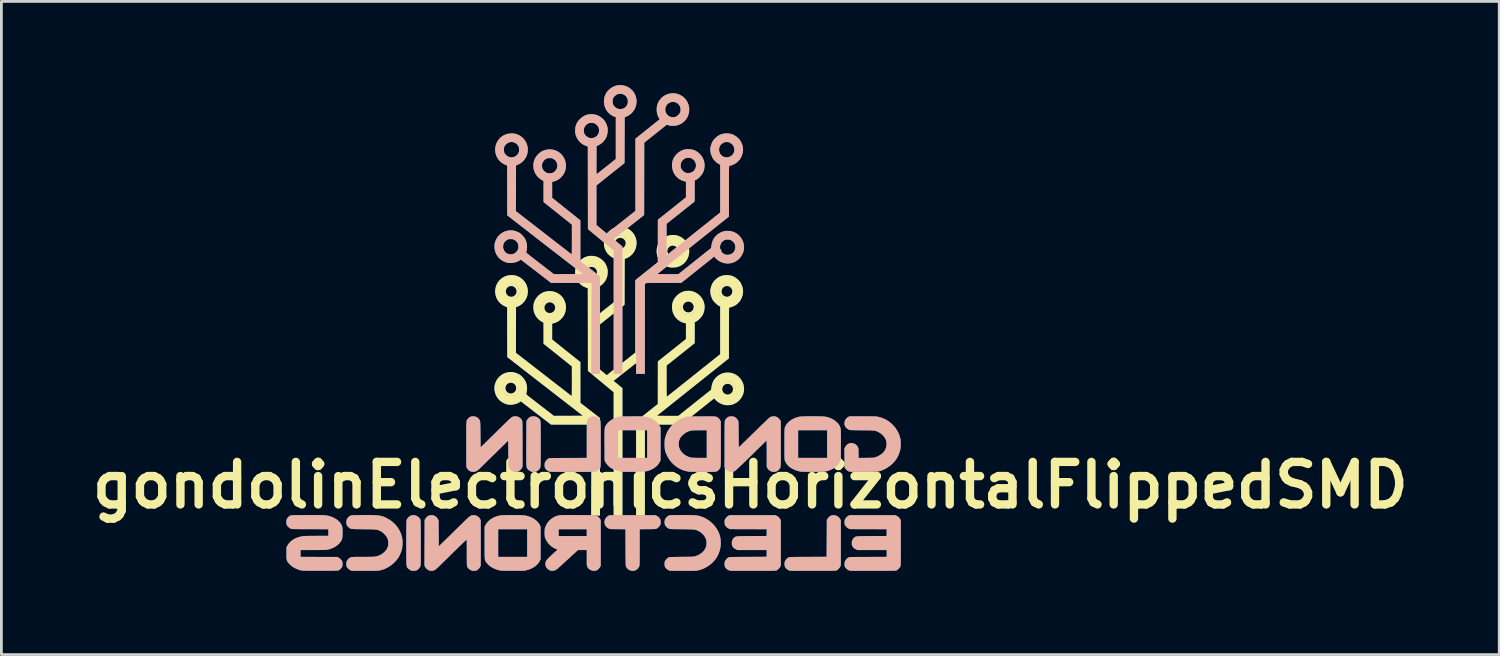
<source format=kicad_pcb>
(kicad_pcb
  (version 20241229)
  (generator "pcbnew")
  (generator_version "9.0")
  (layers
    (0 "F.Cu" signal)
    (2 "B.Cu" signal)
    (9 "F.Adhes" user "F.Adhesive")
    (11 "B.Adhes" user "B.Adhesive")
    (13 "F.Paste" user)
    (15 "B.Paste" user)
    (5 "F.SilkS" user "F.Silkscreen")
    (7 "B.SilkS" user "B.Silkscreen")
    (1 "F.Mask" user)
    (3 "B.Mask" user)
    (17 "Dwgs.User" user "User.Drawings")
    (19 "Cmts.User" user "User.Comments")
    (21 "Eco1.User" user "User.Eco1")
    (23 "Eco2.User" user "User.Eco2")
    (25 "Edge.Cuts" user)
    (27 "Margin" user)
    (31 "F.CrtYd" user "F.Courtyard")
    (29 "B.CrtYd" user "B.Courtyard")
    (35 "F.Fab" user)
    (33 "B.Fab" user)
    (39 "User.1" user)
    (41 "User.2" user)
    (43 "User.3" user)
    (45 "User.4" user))
  (footprint "gondolinElectronicsHorizontalFlippedSMD"
    (layer "F.Cu")
    (at 23.847 14.343)
    (property "Reference" "gondolinElectronicsHorizontalFlippedSMD" (at 0 0 0) (layer "F.SilkS") (effects (font (size 1.524 1.524) (thickness 0.3))))
    (attr through_hole)
    (fp_circle (center -8.585 -3.48) (end -8.344 -3.48) (stroke (width 0.1) (type solid)) (fill no) (layer "F.SilkS"))
    (fp_circle (center -8.572 -6.947) (end -8.331 -6.947) (stroke (width 0.1) (type solid)) (fill no) (layer "F.SilkS"))
    (fp_circle (center -7.188 -6.363) (end -6.947 -6.363) (stroke (width 0.1) (type solid)) (fill no) (layer "F.SilkS"))
    (fp_circle (center -5.69 -7.633) (end -5.448 -7.633) (stroke (width 0.1) (type solid)) (fill no) (layer "F.SilkS"))
    (fp_circle (center -4.661 -8.674) (end -4.42 -8.674) (stroke (width 0.1) (type solid)) (fill no) (layer "F.SilkS"))
    (fp_circle (center -2.781 -8.395) (end -2.54 -8.395) (stroke (width 0.1) (type solid)) (fill no) (layer "F.SilkS"))
    (fp_circle (center -2.223 -6.388) (end -1.981 -6.388) (stroke (width 0.1) (type solid)) (fill no) (layer "F.SilkS"))
    (fp_circle (center -0.838 -6.947) (end -0.597 -6.947) (stroke (width 0.1) (type solid)) (fill no) (layer "F.SilkS"))
    (fp_circle (center -0.813 -3.442) (end -0.572 -3.442) (stroke (width 0.1) (type solid)) (fill no) (layer "F.SilkS"))
    (pad "1" smd custom (at -15.494 2.159) (size 0.2 0.2) (layers "B.Cu" "B.Mask" "B.SilkS") (options (anchor circle)) (primitives (gr_poly (pts (xy -0.073 -1.083) (xy 0.009 -1.082) (xy 0.079 -1.081) (xy 0.139 -1.08) (xy 0.191 -1.078) (xy 0.235 -1.075) (xy 0.273 -1.072) (xy 0.306 -1.068) (xy 0.335 -1.063) (xy 0.363 -1.057) (xy 0.39 -1.051) (xy 0.392 -1.051) (xy 0.485 -1.021) (xy 0.573 -0.981) (xy 0.652 -0.934) (xy 0.722 -0.88) (xy 0.78 -0.821) (xy 0.824 -0.757) (xy 0.854 -0.692) (xy 0.855 -0.688) (xy 0.861 -0.667) (xy 0.865 -0.645) (xy 0.869 -0.619) (xy 0.871 -0.586) (xy 0.872 -0.544) (xy 0.872 -0.49) (xy 0.872 -0.462) (xy 0.872 -0.392) (xy 0.87 -0.336) (xy 0.866 -0.291) (xy 0.86 -0.254) (xy 0.852 -0.223) (xy 0.84 -0.194) (xy 0.824 -0.165) (xy 0.819 -0.157) (xy 0.767 -0.086) (xy 0.701 -0.022) (xy 0.623 0.035) (xy 0.534 0.083) (xy 0.454 0.115) (xy 0.425 0.125) (xy 0.398 0.133) (xy 0.372 0.14) (xy 0.344 0.145) (xy 0.313 0.15) (xy 0.278 0.153) (xy 0.236 0.156) (xy 0.186 0.158) (xy 0.127 0.159) (xy 0.057 0.16) (xy -0.026 0.161) (xy -0.123 0.161) (xy -0.187 0.161) (xy -0.635 0.161) (xy -0.635 0.414) (xy 0.028 0.417) (xy 0.69 0.419) (xy 0.735 0.444) (xy 0.774 0.47) (xy 0.811 0.503) (xy 0.841 0.539) (xy 0.86 0.572) (xy 0.863 0.581) (xy 0.87 0.622) (xy 0.872 0.669) (xy 0.869 0.715) (xy 0.861 0.755) (xy 0.856 0.768) (xy 0.834 0.803) (xy 0.802 0.84) (xy 0.767 0.871) (xy 0.743 0.886) (xy 0.737 0.889) (xy 0.73 0.892) (xy 0.719 0.894) (xy 0.704 0.896) (xy 0.684 0.897) (xy 0.658 0.899) (xy 0.624 0.9) (xy 0.581 0.901) (xy 0.529 0.901) (xy 0.465 0.902) (xy 0.389 0.902) (xy 0.299 0.902) (xy 0.195 0.903) (xy 0.089 0.903) (xy -0.014 0.903) (xy -0.112 0.903) (xy -0.205 0.903) (xy -0.292 0.902) (xy -0.369 0.902) (xy -0.437 0.901) (xy -0.494 0.9) (xy -0.538 0.899) (xy -0.567 0.898) (xy -0.581 0.897) (xy -0.679 0.873) (xy -0.775 0.837) (xy -0.866 0.791) (xy -0.949 0.735) (xy -1.02 0.672) (xy -1.062 0.624) (xy -1.081 0.598) (xy -1.097 0.575) (xy -1.109 0.552) (xy -1.117 0.526) (xy -1.123 0.497) (xy -1.127 0.46) (xy -1.129 0.414) (xy -1.13 0.355) (xy -1.13 0.284) (xy -1.13 0.072) (xy -1.099 0.013) (xy -1.049 -0.065) (xy -0.984 -0.135) (xy -0.907 -0.195) (xy -0.819 -0.246) (xy -0.72 -0.286) (xy -0.612 -0.315) (xy -0.52 -0.33) (xy -0.497 -0.332) (xy -0.458 -0.333) (xy -0.406 -0.335) (xy -0.344 -0.336) (xy -0.272 -0.337) (xy -0.195 -0.338) (xy -0.112 -0.338) (xy -0.036 -0.339) (xy 0.373 -0.339) (xy 0.373 -0.584) (xy -0.286 -0.586) (xy -0.407 -0.587) (xy -0.512 -0.587) (xy -0.603 -0.587) (xy -0.68 -0.588) (xy -0.745 -0.588) (xy -0.799 -0.589) (xy -0.843 -0.59) (xy -0.879 -0.591) (xy -0.907 -0.592) (xy -0.928 -0.594) (xy -0.945 -0.595) (xy -0.957 -0.597) (xy -0.967 -0.6) (xy -0.975 -0.603) (xy -0.982 -0.606) (xy -0.984 -0.607) (xy -1.023 -0.63) (xy -1.062 -0.661) (xy -1.095 -0.696) (xy -1.117 -0.729) (xy -1.119 -0.732) (xy -1.128 -0.763) (xy -1.133 -0.804) (xy -1.134 -0.836) (xy -1.13 -0.895) (xy -1.116 -0.944) (xy -1.089 -0.987) (xy -1.061 -1.018) (xy -1.049 -1.03) (xy -1.038 -1.04) (xy -1.027 -1.049) (xy -1.015 -1.056) (xy -1.001 -1.062) (xy -0.983 -1.067) (xy -0.959 -1.071) (xy -0.929 -1.074) (xy -0.892 -1.076) (xy -0.845 -1.078) (xy -0.789 -1.079) (xy -0.721 -1.08) (xy -0.64 -1.081) (xy -0.545 -1.081) (xy -0.435 -1.082) (xy -0.402 -1.082) (xy -0.277 -1.082) (xy -0.168 -1.083) (xy -0.073 -1.083)) (width 0.01) (fill yes))))
    (pad "1" smd custom (at -12.827 2.159) (size 0.2 0.2) (layers "B.Cu" "B.Mask" "B.SilkS") (options (anchor circle)) (primitives (gr_poly (pts (xy -0.842 -1.083) (xy -0.748 -1.082) (xy -0.667 -1.08) (xy -0.596 -1.076) (xy -0.535 -1.072) (xy -0.481 -1.065) (xy -0.432 -1.057) (xy -0.388 -1.047) (xy -0.346 -1.034) (xy -0.306 -1.019) (xy -0.265 -1.002) (xy -0.221 -0.981) (xy -0.214 -0.977) (xy -0.1 -0.913) (xy 0.003 -0.836) (xy 0.096 -0.749) (xy 0.175 -0.652) (xy 0.242 -0.546) (xy 0.295 -0.434) (xy 0.332 -0.316) (xy 0.343 -0.265) (xy 0.351 -0.211) (xy 0.354 -0.146) (xy 0.355 -0.075) (xy 0.352 -0.004) (xy 0.346 0.063) (xy 0.337 0.12) (xy 0.331 0.147) (xy 0.315 0.2) (xy 0.293 0.26) (xy 0.267 0.321) (xy 0.24 0.378) (xy 0.214 0.426) (xy 0.198 0.451) (xy 0.119 0.552) (xy 0.028 0.643) (xy -0.071 0.722) (xy -0.178 0.789) (xy -0.29 0.842) (xy -0.406 0.879) (xy -0.447 0.889) (xy -0.466 0.892) (xy -0.485 0.896) (xy -0.505 0.898) (xy -0.529 0.9) (xy -0.556 0.902) (xy -0.59 0.903) (xy -0.631 0.904) (xy -0.681 0.905) (xy -0.742 0.906) (xy -0.816 0.906) (xy -0.903 0.906) (xy -1 0.906) (xy -1.101 0.906) (xy -1.187 0.906) (xy -1.258 0.906) (xy -1.317 0.905) (xy -1.364 0.905) (xy -1.402 0.904) (xy -1.431 0.903) (xy -1.453 0.901) (xy -1.47 0.899) (xy -1.482 0.897) (xy -1.492 0.894) (xy -1.5 0.891) (xy -1.505 0.888) (xy -1.547 0.862) (xy -1.587 0.828) (xy -1.619 0.792) (xy -1.633 0.768) (xy -1.644 0.74) (xy -1.649 0.709) (xy -1.651 0.666) (xy -1.651 0.664) (xy -1.65 0.628) (xy -1.647 0.601) (xy -1.639 0.578) (xy -1.625 0.55) (xy -1.623 0.546) (xy -1.601 0.513) (xy -1.575 0.483) (xy -1.559 0.468) (xy -1.543 0.456) (xy -1.527 0.446) (xy -1.511 0.438) (xy -1.492 0.431) (xy -1.468 0.426) (xy -1.439 0.422) (xy -1.403 0.419) (xy -1.357 0.417) (xy -1.301 0.416) (xy -1.232 0.415) (xy -1.15 0.415) (xy -1.059 0.415) (xy -0.96 0.415) (xy -0.876 0.414) (xy -0.806 0.413) (xy -0.747 0.412) (xy -0.698 0.41) (xy -0.657 0.407) (xy -0.622 0.404) (xy -0.592 0.399) (xy -0.564 0.393) (xy -0.537 0.386) (xy -0.51 0.377) (xy -0.507 0.376) (xy -0.44 0.348) (xy -0.372 0.307) (xy -0.309 0.259) (xy -0.253 0.204) (xy -0.208 0.147) (xy -0.193 0.122) (xy -0.164 0.051) (xy -0.148 -0.026) (xy -0.145 -0.107) (xy -0.155 -0.186) (xy -0.178 -0.261) (xy -0.193 -0.291) (xy -0.208 -0.314) (xy -0.232 -0.345) (xy -0.262 -0.379) (xy -0.292 -0.411) (xy -0.332 -0.449) (xy -0.366 -0.478) (xy -0.397 -0.5) (xy -0.432 -0.518) (xy -0.432 -0.518) (xy -0.458 -0.531) (xy -0.482 -0.542) (xy -0.504 -0.551) (xy -0.527 -0.558) (xy -0.551 -0.565) (xy -0.579 -0.569) (xy -0.613 -0.573) (xy -0.653 -0.576) (xy -0.702 -0.578) (xy -0.761 -0.58) (xy -0.832 -0.581) (xy -0.916 -0.582) (xy -1.016 -0.583) (xy -1.029 -0.584) (xy -1.13 -0.585) (xy -1.215 -0.586) (xy -1.287 -0.587) (xy -1.347 -0.589) (xy -1.395 -0.591) (xy -1.434 -0.594) (xy -1.466 -0.598) (xy -1.491 -0.603) (xy -1.511 -0.61) (xy -1.528 -0.618) (xy -1.543 -0.629) (xy -1.558 -0.642) (xy -1.574 -0.657) (xy -1.583 -0.665) (xy -1.615 -0.7) (xy -1.637 -0.736) (xy -1.648 -0.777) (xy -1.65 -0.827) (xy -1.649 -0.849) (xy -1.644 -0.897) (xy -1.632 -0.937) (xy -1.611 -0.972) (xy -1.579 -1.008) (xy -1.569 -1.018) (xy -1.555 -1.031) (xy -1.542 -1.043) (xy -1.529 -1.052) (xy -1.514 -1.06) (xy -1.495 -1.066) (xy -1.472 -1.071) (xy -1.443 -1.075) (xy -1.405 -1.077) (xy -1.357 -1.079) (xy -1.299 -1.08) (xy -1.228 -1.081) (xy -1.143 -1.082) (xy -1.071 -1.082) (xy -0.949 -1.083) (xy -0.842 -1.083)) (width 0.01) (fill yes))))
    (pad "1" smd custom (at -12.065 2.159) (size 0.2 0.2) (layers "B.Cu" "B.Mask" "B.SilkS") (options (anchor circle)) (primitives (gr_poly (pts (xy 0.024 -1.077) (xy 0.052 -1.074) (xy 0.076 -1.066) (xy 0.105 -1.053) (xy 0.106 -1.052) (xy 0.138 -1.033) (xy 0.17 -1.01) (xy 0.188 -0.993) (xy 0.197 -0.984) (xy 0.206 -0.976) (xy 0.213 -0.967) (xy 0.219 -0.958) (xy 0.225 -0.947) (xy 0.23 -0.933) (xy 0.233 -0.915) (xy 0.237 -0.891) (xy 0.239 -0.862) (xy 0.241 -0.825) (xy 0.243 -0.78) (xy 0.244 -0.726) (xy 0.245 -0.661) (xy 0.245 -0.586) (xy 0.245 -0.498) (xy 0.246 -0.396) (xy 0.246 -0.28) (xy 0.246 -0.149) (xy 0.246 -0.088) (xy 0.246 0.048) (xy 0.245 0.167) (xy 0.245 0.272) (xy 0.245 0.362) (xy 0.245 0.44) (xy 0.245 0.507) (xy 0.244 0.562) (xy 0.243 0.608) (xy 0.243 0.646) (xy 0.242 0.675) (xy 0.24 0.699) (xy 0.239 0.717) (xy 0.237 0.73) (xy 0.235 0.74) (xy 0.233 0.748) (xy 0.23 0.754) (xy 0.229 0.757) (xy 0.194 0.813) (xy 0.149 0.858) (xy 0.12 0.878) (xy 0.098 0.89) (xy 0.076 0.897) (xy 0.049 0.901) (xy 0.011 0.903) (xy 0.005 0.904) (xy -0.033 0.904) (xy -0.06 0.903) (xy -0.081 0.899) (xy -0.102 0.89) (xy -0.121 0.88) (xy -0.154 0.86) (xy -0.186 0.836) (xy -0.203 0.821) (xy -0.213 0.811) (xy -0.221 0.802) (xy -0.229 0.793) (xy -0.235 0.783) (xy -0.241 0.77) (xy -0.246 0.755) (xy -0.25 0.735) (xy -0.253 0.71) (xy -0.256 0.679) (xy -0.258 0.64) (xy -0.26 0.592) (xy -0.261 0.536) (xy -0.262 0.468) (xy -0.262 0.389) (xy -0.262 0.298) (xy -0.262 0.193) (xy -0.262 0.073) (xy -0.262 -0.063) (xy -0.262 -0.083) (xy -0.262 -0.231) (xy -0.262 -0.364) (xy -0.262 -0.48) (xy -0.261 -0.581) (xy -0.261 -0.667) (xy -0.26 -0.739) (xy -0.259 -0.798) (xy -0.257 -0.843) (xy -0.256 -0.876) (xy -0.254 -0.898) (xy -0.253 -0.906) (xy -0.235 -0.945) (xy -0.207 -0.985) (xy -0.171 -1.021) (xy -0.133 -1.05) (xy -0.127 -1.053) (xy -0.101 -1.066) (xy -0.077 -1.074) (xy -0.05 -1.077) (xy -0.013 -1.078) (xy 0.024 -1.077)) (width 0.01) (fill yes))))
    (pad "1" smd custom (at -9.906 2.159) (size 0.2 0.2) (layers "B.Cu" "B.Mask" "B.SilkS") (options (anchor circle)) (primitives (gr_poly (pts (xy -1.486 -1.076) (xy -1.442 -1.068) (xy -1.422 -1.06) (xy -1.366 -1.026) (xy -1.323 -0.983) (xy -1.298 -0.942) (xy -1.274 -0.893) (xy -1.27 -0.425) (xy -1.266 0.043) (xy -1.012 -0.205) (xy -0.949 -0.266) (xy -0.877 -0.337) (xy -0.799 -0.413) (xy -0.717 -0.493) (xy -0.636 -0.573) (xy -0.557 -0.65) (xy -0.484 -0.722) (xy -0.463 -0.742) (xy -0.39 -0.814) (xy -0.328 -0.875) (xy -0.275 -0.925) (xy -0.231 -0.967) (xy -0.194 -1) (xy -0.162 -1.026) (xy -0.136 -1.045) (xy -0.112 -1.059) (xy -0.091 -1.069) (xy -0.071 -1.074) (xy -0.051 -1.077) (xy -0.029 -1.078) (xy -0.009 -1.078) (xy 0.033 -1.076) (xy 0.064 -1.071) (xy 0.089 -1.061) (xy 0.143 -1.028) (xy 0.182 -0.994) (xy 0.21 -0.956) (xy 0.215 -0.947) (xy 0.237 -0.903) (xy 0.237 0.725) (xy 0.215 0.769) (xy 0.191 0.807) (xy 0.158 0.843) (xy 0.121 0.873) (xy 0.086 0.893) (xy 0.078 0.896) (xy 0.051 0.901) (xy 0.016 0.905) (xy -0.012 0.906) (xy -0.049 0.904) (xy -0.078 0.898) (xy -0.109 0.885) (xy -0.12 0.879) (xy -0.166 0.849) (xy -0.205 0.812) (xy -0.233 0.772) (xy -0.244 0.747) (xy -0.246 0.733) (xy -0.248 0.707) (xy -0.25 0.67) (xy -0.252 0.619) (xy -0.253 0.555) (xy -0.253 0.476) (xy -0.254 0.382) (xy -0.254 0.272) (xy -0.254 0.246) (xy -0.254 0.137) (xy -0.255 0.041) (xy -0.255 -0.04) (xy -0.256 -0.107) (xy -0.258 -0.159) (xy -0.259 -0.195) (xy -0.261 -0.215) (xy -0.262 -0.219) (xy -0.27 -0.212) (xy -0.289 -0.195) (xy -0.318 -0.167) (xy -0.357 -0.13) (xy -0.404 -0.084) (xy -0.459 -0.031) (xy -0.521 0.029) (xy -0.589 0.095) (xy -0.662 0.166) (xy -0.74 0.242) (xy -0.821 0.321) (xy -0.904 0.403) (xy -0.989 0.487) (xy -1.075 0.571) (xy -1.113 0.609) (xy -1.181 0.675) (xy -1.238 0.731) (xy -1.285 0.776) (xy -1.325 0.813) (xy -1.358 0.842) (xy -1.386 0.863) (xy -1.411 0.879) (xy -1.433 0.89) (xy -1.454 0.897) (xy -1.475 0.901) (xy -1.498 0.903) (xy -1.516 0.904) (xy -1.555 0.904) (xy -1.584 0.9) (xy -1.61 0.892) (xy -1.617 0.889) (xy -1.672 0.856) (xy -1.717 0.814) (xy -1.748 0.768) (xy -1.77 0.723) (xy -1.768 -0.094) (xy -1.765 -0.91) (xy -1.742 -0.949) (xy -1.714 -0.989) (xy -1.677 -1.026) (xy -1.638 -1.054) (xy -1.618 -1.065) (xy -1.58 -1.075) (xy -1.534 -1.079) (xy -1.486 -1.076)) (width 0.01) (fill yes))))
    (pad "1" smd custom (at -8.382 -1.27) (size 0.2 0.2) (layers "B.Cu" "B.Mask" "B.SilkS") (options (anchor circle)) (primitives (gr_poly (pts (xy -0.001 -1.193) (xy 0.029 -1.188) (xy 0.056 -1.179) (xy 0.073 -1.171) (xy 0.114 -1.145) (xy 0.152 -1.112) (xy 0.182 -1.074) (xy 0.201 -1.038) (xy 0.202 -1.035) (xy 0.203 -1.024) (xy 0.205 -1.004) (xy 0.206 -0.974) (xy 0.208 -0.933) (xy 0.209 -0.881) (xy 0.21 -0.817) (xy 0.21 -0.74) (xy 0.211 -0.649) (xy 0.211 -0.544) (xy 0.212 -0.424) (xy 0.212 -0.288) (xy 0.212 -0.199) (xy 0.212 0.604) (xy 0.193 0.643) (xy 0.171 0.679) (xy 0.141 0.715) (xy 0.107 0.746) (xy 0.074 0.769) (xy 0.054 0.777) (xy 0.00044 0.787) (xy -0.056 0.787) (xy -0.109 0.777) (xy -0.138 0.766) (xy -0.191 0.732) (xy -0.235 0.69) (xy -0.265 0.644) (xy -0.266 0.643) (xy -0.269 0.635) (xy -0.273 0.626) (xy -0.276 0.615) (xy -0.278 0.6) (xy -0.28 0.581) (xy -0.281 0.555) (xy -0.283 0.522) (xy -0.284 0.48) (xy -0.285 0.427) (xy -0.286 0.363) (xy -0.286 0.285) (xy -0.287 0.193) (xy -0.288 0.133) (xy -0.292 -0.339) (xy -0.778 0.138) (xy -0.856 0.213) (xy -0.931 0.287) (xy -1.003 0.358) (xy -1.071 0.424) (xy -1.133 0.485) (xy -1.189 0.54) (xy -1.237 0.587) (xy -1.277 0.626) (xy -1.307 0.655) (xy -1.326 0.674) (xy -1.329 0.677) (xy -1.379 0.722) (xy -1.423 0.754) (xy -1.465 0.774) (xy -1.509 0.785) (xy -1.551 0.787) (xy -1.604 0.783) (xy -1.644 0.772) (xy -1.647 0.771) (xy -1.685 0.748) (xy -1.724 0.717) (xy -1.757 0.681) (xy -1.777 0.649) (xy -1.78 0.643) (xy -1.783 0.636) (xy -1.785 0.628) (xy -1.787 0.617) (xy -1.789 0.603) (xy -1.79 0.584) (xy -1.791 0.56) (xy -1.792 0.529) (xy -1.793 0.49) (xy -1.794 0.442) (xy -1.794 0.385) (xy -1.794 0.317) (xy -1.795 0.236) (xy -1.795 0.143) (xy -1.795 0.036) (xy -1.795 -0.086) (xy -1.795 -0.2) (xy -1.795 -0.338) (xy -1.795 -0.461) (xy -1.795 -0.568) (xy -1.795 -0.662) (xy -1.794 -0.743) (xy -1.794 -0.813) (xy -1.793 -0.872) (xy -1.791 -0.921) (xy -1.789 -0.961) (xy -1.786 -0.994) (xy -1.783 -1.021) (xy -1.779 -1.042) (xy -1.774 -1.059) (xy -1.769 -1.072) (xy -1.762 -1.083) (xy -1.754 -1.092) (xy -1.745 -1.102) (xy -1.735 -1.112) (xy -1.727 -1.121) (xy -1.689 -1.156) (xy -1.65 -1.179) (xy -1.605 -1.191) (xy -1.553 -1.194) (xy -1.488 -1.188) (xy -1.433 -1.169) (xy -1.385 -1.137) (xy -1.345 -1.092) (xy -1.336 -1.079) (xy -1.328 -1.067) (xy -1.321 -1.055) (xy -1.315 -1.04) (xy -1.311 -1.022) (xy -1.307 -0.998) (xy -1.304 -0.969) (xy -1.302 -0.931) (xy -1.3 -0.885) (xy -1.299 -0.828) (xy -1.298 -0.758) (xy -1.297 -0.675) (xy -1.296 -0.577) (xy -1.296 -0.54) (xy -1.291 -0.077) (xy -1.003 -0.357) (xy -0.932 -0.427) (xy -0.854 -0.503) (xy -0.772 -0.583) (xy -0.689 -0.665) (xy -0.609 -0.744) (xy -0.533 -0.818) (xy -0.467 -0.884) (xy -0.457 -0.893) (xy -0.389 -0.961) (xy -0.331 -1.017) (xy -0.282 -1.064) (xy -0.241 -1.102) (xy -0.207 -1.131) (xy -0.178 -1.154) (xy -0.153 -1.17) (xy -0.131 -1.181) (xy -0.11 -1.188) (xy -0.088 -1.192) (xy -0.065 -1.194) (xy -0.04 -1.194) (xy -0.001 -1.193)) (width 0.01) (fill yes))))
    (pad "1" smd custom (at -7.874 2.159) (size 0.2 0.2) (layers "B.Cu" "B.Mask" "B.SilkS") (options (anchor circle)) (primitives (gr_poly (pts (xy -0.6 -1.082) (xy -0.577 -1.081) (xy -0.486 -1.08) (xy -0.41 -1.079) (xy -0.347 -1.078) (xy -0.294 -1.076) (xy -0.251 -1.073) (xy -0.213 -1.069) (xy -0.181 -1.064) (xy -0.15 -1.058) (xy -0.12 -1.051) (xy -0.089 -1.041) (xy -0.053 -1.03) (xy -0.047 -1.028) (xy 0.031 -0.996) (xy 0.107 -0.954) (xy 0.176 -0.905) (xy 0.238 -0.849) (xy 0.288 -0.791) (xy 0.32 -0.738) (xy 0.351 -0.674) (xy 0.351 0.495) (xy 0.329 0.544) (xy 0.284 0.619) (xy 0.226 0.687) (xy 0.154 0.748) (xy 0.069 0.802) (xy -0.025 0.846) (xy -0.123 0.878) (xy -0.207 0.901) (xy -0.618 0.903) (xy -0.718 0.903) (xy -0.802 0.903) (xy -0.873 0.903) (xy -0.932 0.903) (xy -0.979 0.902) (xy -1.018 0.9) (xy -1.048 0.898) (xy -1.073 0.896) (xy -1.093 0.893) (xy -1.096 0.893) (xy -1.171 0.876) (xy -1.24 0.854) (xy -1.31 0.825) (xy -1.358 0.801) (xy -1.443 0.75) (xy -1.515 0.69) (xy -1.575 0.62) (xy -1.579 0.614) (xy -1.592 0.597) (xy -1.603 0.581) (xy -1.613 0.567) (xy -1.621 0.552) (xy -1.627 0.536) (xy -1.633 0.516) (xy -1.637 0.493) (xy -1.64 0.464) (xy -1.643 0.428) (xy -1.645 0.384) (xy -1.646 0.33) (xy -1.646 0.266) (xy -1.647 0.189) (xy -1.647 0.1) (xy -1.647 -0.005) (xy -1.647 -0.089) (xy -1.647 -0.584) (xy -1.168 -0.584) (xy -1.168 0.415) (xy -0.119 0.415) (xy -0.119 -0.584) (xy -1.168 -0.584) (xy -1.647 -0.584) (xy -1.647 -0.665) (xy -1.613 -0.732) (xy -1.569 -0.803) (xy -1.51 -0.869) (xy -1.438 -0.928) (xy -1.356 -0.98) (xy -1.266 -1.022) (xy -1.185 -1.05) (xy -1.149 -1.058) (xy -1.11 -1.066) (xy -1.066 -1.071) (xy -1.015 -1.076) (xy -0.955 -1.079) (xy -0.885 -1.081) (xy -0.804 -1.082) (xy -0.71 -1.082) (xy -0.6 -1.082)) (width 0.01) (fill yes))))
    (pad "1" smd custom (at -7.747 -1.27) (size 0.2 0.2) (layers "B.Cu" "B.Mask" "B.SilkS") (options (anchor circle)) (primitives (gr_poly (pts (xy 0.031 -1.189) (xy 0.081 -1.175) (xy 0.127 -1.148) (xy 0.162 -1.119) (xy 0.173 -1.11) (xy 0.183 -1.102) (xy 0.191 -1.094) (xy 0.198 -1.086) (xy 0.205 -1.075) (xy 0.21 -1.062) (xy 0.214 -1.044) (xy 0.218 -1.022) (xy 0.221 -0.994) (xy 0.223 -0.959) (xy 0.225 -0.915) (xy 0.226 -0.863) (xy 0.227 -0.801) (xy 0.228 -0.727) (xy 0.228 -0.642) (xy 0.228 -0.543) (xy 0.228 -0.43) (xy 0.228 -0.302) (xy 0.228 -0.207) (xy 0.228 -0.069) (xy 0.228 0.053) (xy 0.228 0.16) (xy 0.228 0.254) (xy 0.228 0.335) (xy 0.227 0.404) (xy 0.226 0.462) (xy 0.225 0.511) (xy 0.223 0.552) (xy 0.221 0.584) (xy 0.217 0.611) (xy 0.214 0.632) (xy 0.209 0.648) (xy 0.204 0.661) (xy 0.197 0.672) (xy 0.19 0.682) (xy 0.182 0.692) (xy 0.172 0.702) (xy 0.164 0.71) (xy 0.123 0.748) (xy 0.076 0.773) (xy 0.02 0.785) (xy -0.021 0.787) (xy -0.06 0.786) (xy -0.089 0.781) (xy -0.116 0.773) (xy -0.135 0.764) (xy -0.168 0.744) (xy -0.202 0.718) (xy -0.217 0.705) (xy -0.227 0.695) (xy -0.236 0.686) (xy -0.244 0.677) (xy -0.251 0.667) (xy -0.257 0.655) (xy -0.262 0.64) (xy -0.266 0.621) (xy -0.27 0.596) (xy -0.273 0.566) (xy -0.275 0.528) (xy -0.276 0.482) (xy -0.277 0.426) (xy -0.278 0.361) (xy -0.278 0.284) (xy -0.279 0.194) (xy -0.278 0.092) (xy -0.278 -0.026) (xy -0.278 -0.158) (xy -0.277 -0.216) (xy -0.275 -1.02) (xy -0.257 -1.054) (xy -0.231 -1.093) (xy -0.197 -1.131) (xy -0.16 -1.161) (xy -0.133 -1.177) (xy -0.102 -1.187) (xy -0.064 -1.192) (xy -0.027 -1.194) (xy 0.031 -1.189)) (width 0.01) (fill yes))))
    (pad "1" smd custom (at -5.969 2.159) (size 0.2 0.2) (layers "B.Cu" "B.Mask" "B.SilkS") (options (anchor circle)) (primitives (gr_poly (pts (xy -0.34 -1.083) (xy -0.206 -1.082) (xy -0.182 -1.082) (xy -0.067 -1.082) (xy 0.033 -1.081) (xy 0.118 -1.081) (xy 0.19 -1.08) (xy 0.25 -1.079) (xy 0.299 -1.079) (xy 0.338 -1.078) (xy 0.369 -1.077) (xy 0.393 -1.075) (xy 0.412 -1.074) (xy 0.425 -1.072) (xy 0.435 -1.069) (xy 0.443 -1.066) (xy 0.45 -1.063) (xy 0.453 -1.061) (xy 0.505 -1.03) (xy 0.543 -0.998) (xy 0.57 -0.963) (xy 0.579 -0.947) (xy 0.601 -0.903) (xy 0.601 -0.085) (xy 0.601 0.732) (xy 0.576 0.776) (xy 0.548 0.816) (xy 0.512 0.853) (xy 0.475 0.881) (xy 0.442 0.896) (xy 0.38 0.907) (xy 0.319 0.903) (xy 0.26 0.886) (xy 0.207 0.857) (xy 0.163 0.817) (xy 0.131 0.768) (xy 0.13 0.766) (xy 0.125 0.754) (xy 0.12 0.743) (xy 0.117 0.729) (xy 0.114 0.713) (xy 0.113 0.69) (xy 0.111 0.66) (xy 0.111 0.621) (xy 0.11 0.57) (xy 0.11 0.506) (xy 0.11 0.442) (xy 0.11 0.161) (xy -0.21 0.161) (xy -0.48 0.408) (xy -0.542 0.465) (xy -0.605 0.522) (xy -0.666 0.578) (xy -0.723 0.631) (xy -0.775 0.678) (xy -0.819 0.719) (xy -0.853 0.75) (xy -0.86 0.757) (xy -0.912 0.803) (xy -0.954 0.839) (xy -0.989 0.865) (xy -1.02 0.883) (xy -1.05 0.894) (xy -1.081 0.901) (xy -1.116 0.904) (xy -1.118 0.904) (xy -1.153 0.905) (xy -1.179 0.903) (xy -1.202 0.895) (xy -1.232 0.882) (xy -1.233 0.881) (xy -1.29 0.844) (xy -1.332 0.799) (xy -1.36 0.746) (xy -1.373 0.685) (xy -1.374 0.665) (xy -1.373 0.638) (xy -1.369 0.613) (xy -1.362 0.588) (xy -1.35 0.562) (xy -1.332 0.534) (xy -1.308 0.504) (xy -1.276 0.468) (xy -1.235 0.427) (xy -1.185 0.379) (xy -1.123 0.323) (xy -1.051 0.257) (xy -1.037 0.245) (xy -1.003 0.213) (xy -0.973 0.186) (xy -0.95 0.165) (xy -0.937 0.151) (xy -0.934 0.147) (xy -0.942 0.144) (xy -0.962 0.136) (xy -0.985 0.128) (xy -1.07 0.09) (xy -1.151 0.037) (xy -1.225 -0.028) (xy -1.289 -0.102) (xy -1.342 -0.184) (xy -1.381 -0.27) (xy -1.381 -0.271) (xy -1.389 -0.295) (xy -1.394 -0.317) (xy -1.398 -0.343) (xy -1.4 -0.375) (xy -1.4 -0.417) (xy -1.401 -0.457) (xy -1.4 -0.509) (xy -1.399 -0.548) (xy -1.397 -0.577) (xy -1.396 -0.584) (xy -0.906 -0.584) (xy -0.906 -0.33) (xy 0.11 -0.33) (xy 0.11 -0.584) (xy -0.906 -0.584) (xy -1.396 -0.584) (xy -1.393 -0.601) (xy -1.387 -0.624) (xy -1.379 -0.649) (xy -1.379 -0.649) (xy -1.336 -0.746) (xy -1.282 -0.83) (xy -1.215 -0.904) (xy -1.134 -0.97) (xy -1.121 -0.979) (xy -1.047 -1.022) (xy -0.975 -1.052) (xy -0.898 -1.071) (xy -0.862 -1.076) (xy -0.834 -1.078) (xy -0.791 -1.079) (xy -0.731 -1.081) (xy -0.656 -1.082) (xy -0.565 -1.082) (xy -0.46 -1.083) (xy -0.34 -1.083)) (width 0.01) (fill yes))))
    (pad "1" smd custom (at -5.588 -5.08) (size 0.2 0.2) (layers "B.Cu" "B.Mask" "B.SilkS") (options (anchor circle)) (primitives (gr_poly (pts (xy -2.893 -7.523) (xy -2.823 -7.509) (xy -2.753 -7.485) (xy -2.709 -7.466) (xy -2.639 -7.423) (xy -2.572 -7.367) (xy -2.513 -7.302) (xy -2.466 -7.231) (xy -2.457 -7.214) (xy -2.427 -7.145) (xy -2.407 -7.081) (xy -2.396 -7.015) (xy -2.393 -6.947) (xy -2.397 -6.872) (xy -2.409 -6.805) (xy -2.43 -6.74) (xy -2.457 -6.682) (xy -2.503 -6.607) (xy -2.561 -6.538) (xy -2.629 -6.478) (xy -2.703 -6.431) (xy -2.762 -6.405) (xy -2.815 -6.386) (xy -2.817 -5.564) (xy -2.819 -4.742) (xy -1.822 -3.969) (xy -1.708 -3.88) (xy -1.597 -3.794) (xy -1.49 -3.711) (xy -1.388 -3.632) (xy -1.293 -3.558) (xy -1.203 -3.489) (xy -1.121 -3.426) (xy -1.048 -3.369) (xy -0.983 -3.318) (xy -0.927 -3.275) (xy -0.882 -3.24) (xy -0.847 -3.214) (xy -0.825 -3.197) (xy -0.815 -3.189) (xy -0.815 -3.189) (xy -0.812 -3.191) (xy -0.811 -3.201) (xy -0.809 -3.22) (xy -0.808 -3.248) (xy -0.807 -3.287) (xy -0.806 -3.338) (xy -0.805 -3.402) (xy -0.805 -3.479) (xy -0.805 -3.571) (xy -0.804 -3.678) (xy -0.804 -3.723) (xy -0.805 -4.263) (xy -1.82 -5.073) (xy -1.82 -5.451) (xy -1.82 -5.829) (xy -1.875 -5.858) (xy -1.958 -5.912) (xy -2.03 -5.977) (xy -2.09 -6.053) (xy -2.136 -6.138) (xy -2.168 -6.228) (xy -2.179 -6.291) (xy -2.184 -6.362) (xy -2.184 -6.375) (xy -1.883 -6.375) (xy -1.883 -6.371) (xy -1.881 -6.325) (xy -1.874 -6.288) (xy -1.865 -6.263) (xy -1.833 -6.212) (xy -1.79 -6.165) (xy -1.739 -6.128) (xy -1.723 -6.12) (xy -1.697 -6.108) (xy -1.675 -6.101) (xy -1.652 -6.098) (xy -1.622 -6.097) (xy -1.596 -6.098) (xy -1.551 -6.101) (xy -1.518 -6.107) (xy -1.492 -6.116) (xy -1.483 -6.12) (xy -1.425 -6.159) (xy -1.38 -6.207) (xy -1.348 -6.262) (xy -1.33 -6.323) (xy -1.325 -6.385) (xy -1.335 -6.449) (xy -1.36 -6.51) (xy -1.392 -6.557) (xy -1.415 -6.58) (xy -1.446 -6.604) (xy -1.475 -6.621) (xy -1.502 -6.635) (xy -1.525 -6.644) (xy -1.548 -6.648) (xy -1.578 -6.65) (xy -1.604 -6.65) (xy -1.646 -6.649) (xy -1.675 -6.646) (xy -1.7 -6.64) (xy -1.72 -6.631) (xy -1.779 -6.594) (xy -1.824 -6.547) (xy -1.856 -6.496) (xy -1.871 -6.464) (xy -1.879 -6.438) (xy -1.883 -6.411) (xy -1.883 -6.375) (xy -2.184 -6.375) (xy -2.182 -6.434) (xy -2.174 -6.499) (xy -2.171 -6.511) (xy -2.143 -6.597) (xy -2.099 -6.679) (xy -2.043 -6.753) (xy -1.977 -6.819) (xy -1.902 -6.873) (xy -1.82 -6.914) (xy -1.784 -6.927) (xy -1.686 -6.949) (xy -1.589 -6.955) (xy -1.493 -6.944) (xy -1.401 -6.918) (xy -1.313 -6.877) (xy -1.233 -6.821) (xy -1.209 -6.8) (xy -1.145 -6.73) (xy -1.095 -6.652) (xy -1.058 -6.567) (xy -1.034 -6.478) (xy -1.025 -6.387) (xy -1.03 -6.296) (xy -1.049 -6.206) (xy -1.082 -6.119) (xy -1.13 -6.039) (xy -1.149 -6.014) (xy -1.217 -5.941) (xy -1.293 -5.882) (xy -1.379 -5.838) (xy -1.448 -5.814) (xy -1.52 -5.793) (xy -1.52 -5.22) (xy -1.014 -4.815) (xy -0.508 -4.411) (xy -0.508 -2.949) (xy -0.157 -2.677) (xy 0.195 -2.404) (xy 0.195 1.084) (xy -0.112 1.084) (xy -0.105 -0.546) (xy -0.099 -2.176) (xy -1.554 -2.176) (xy -2.637 -3.011) (xy -2.687 -2.979) (xy -2.766 -2.937) (xy -2.853 -2.908) (xy -2.945 -2.892) (xy -3.036 -2.889) (xy -3.125 -2.901) (xy -3.163 -2.911) (xy -3.255 -2.948) (xy -3.338 -2.998) (xy -3.411 -3.06) (xy -3.472 -3.132) (xy -3.521 -3.214) (xy -3.555 -3.303) (xy -3.575 -3.398) (xy -3.579 -3.442) (xy -3.579 -3.447) (xy -3.279 -3.447) (xy -3.266 -3.384) (xy -3.239 -3.325) (xy -3.2 -3.274) (xy -3.15 -3.233) (xy -3.104 -3.209) (xy -3.055 -3.197) (xy -2.999 -3.193) (xy -2.942 -3.198) (xy -2.891 -3.212) (xy -2.874 -3.219) (xy -2.829 -3.25) (xy -2.787 -3.291) (xy -2.752 -3.337) (xy -2.74 -3.36) (xy -2.726 -3.407) (xy -2.721 -3.462) (xy -2.725 -3.519) (xy -2.738 -3.572) (xy -2.746 -3.591) (xy -2.778 -3.642) (xy -2.822 -3.687) (xy -2.873 -3.722) (xy -2.886 -3.728) (xy -2.911 -3.738) (xy -2.939 -3.744) (xy -2.975 -3.746) (xy -3.001 -3.746) (xy -3.039 -3.746) (xy -3.067 -3.744) (xy -3.089 -3.738) (xy -3.112 -3.728) (xy -3.131 -3.717) (xy -3.188 -3.678) (xy -3.232 -3.628) (xy -3.262 -3.568) (xy -3.276 -3.512) (xy -3.279 -3.447) (xy -3.579 -3.447) (xy -3.579 -3.521) (xy -3.569 -3.593) (xy -3.548 -3.663) (xy -3.517 -3.733) (xy -3.47 -3.811) (xy -3.41 -3.881) (xy -3.34 -3.941) (xy -3.263 -3.989) (xy -3.183 -4.022) (xy -3.088 -4.045) (xy -2.998 -4.053) (xy -2.91 -4.046) (xy -2.821 -4.022) (xy -2.743 -3.99) (xy -2.704 -3.971) (xy -2.673 -3.952) (xy -2.645 -3.93) (xy -2.614 -3.902) (xy -2.591 -3.879) (xy -2.535 -3.816) (xy -2.492 -3.753) (xy -2.46 -3.686) (xy -2.438 -3.619) (xy -2.422 -3.532) (xy -2.42 -3.438) (xy -2.433 -3.342) (xy -2.451 -3.271) (xy -2.451 -3.267) (xy -2.448 -3.261) (xy -2.44 -3.252) (xy -2.428 -3.24) (xy -2.411 -3.224) (xy -2.386 -3.203) (xy -2.354 -3.177) (xy -2.314 -3.145) (xy -2.265 -3.107) (xy -2.206 -3.06) (xy -2.136 -3.006) (xy -2.054 -2.943) (xy -1.96 -2.87) (xy -1.956 -2.867) (xy -1.456 -2.481) (xy -0.928 -2.483) (xy -0.401 -2.485) (xy -1.761 -3.539) (xy -3.12 -4.594) (xy -3.122 -5.487) (xy -3.124 -6.381) (xy -3.192 -6.408) (xy -3.279 -6.453) (xy -3.357 -6.51) (xy -3.423 -6.578) (xy -3.476 -6.655) (xy -3.517 -6.74) (xy -3.543 -6.831) (xy -3.554 -6.927) (xy -3.554 -6.947) (xy -3.247 -6.947) (xy -3.246 -6.905) (xy -3.244 -6.876) (xy -3.239 -6.853) (xy -3.232 -6.834) (xy -3.228 -6.826) (xy -3.187 -6.767) (xy -3.135 -6.72) (xy -3.075 -6.686) (xy -3.033 -6.672) (xy -2.989 -6.667) (xy -2.938 -6.67) (xy -2.888 -6.681) (xy -2.858 -6.692) (xy -2.805 -6.722) (xy -2.762 -6.762) (xy -2.727 -6.815) (xy -2.725 -6.817) (xy -2.711 -6.845) (xy -2.703 -6.867) (xy -2.699 -6.89) (xy -2.697 -6.92) (xy -2.697 -6.947) (xy -2.7 -7.003) (xy -2.71 -7.049) (xy -2.731 -7.09) (xy -2.762 -7.133) (xy -2.765 -7.136) (xy -2.8 -7.168) (xy -2.847 -7.195) (xy -2.898 -7.216) (xy -2.948 -7.227) (xy -3.009 -7.226) (xy -3.069 -7.21) (xy -3.126 -7.181) (xy -3.175 -7.14) (xy -3.215 -7.091) (xy -3.224 -7.075) (xy -3.235 -7.053) (xy -3.242 -7.032) (xy -3.245 -7.008) (xy -3.247 -6.976) (xy -3.247 -6.947) (xy -3.554 -6.947) (xy -3.553 -6.977) (xy -3.54 -7.075) (xy -3.512 -7.166) (xy -3.47 -7.25) (xy -3.416 -7.325) (xy -3.351 -7.39) (xy -3.276 -7.444) (xy -3.193 -7.485) (xy -3.102 -7.513) (xy -3.006 -7.526) (xy -2.973 -7.527) (xy -2.893 -7.523)) (width 0.01) (fill yes))))
    (pad "1" smd custom (at -5.588 -1.27) (size 0.2 0.2) (layers "B.Cu" "B.Mask" "B.SilkS") (options (anchor circle)) (primitives (gr_poly (pts (xy 0.034 -1.188) (xy 0.088 -1.17) (xy 0.137 -1.138) (xy 0.157 -1.12) (xy 0.167 -1.111) (xy 0.176 -1.102) (xy 0.184 -1.094) (xy 0.191 -1.085) (xy 0.197 -1.074) (xy 0.202 -1.061) (xy 0.206 -1.043) (xy 0.21 -1.02) (xy 0.213 -0.992) (xy 0.215 -0.956) (xy 0.217 -0.913) (xy 0.218 -0.86) (xy 0.219 -0.798) (xy 0.219 -0.724) (xy 0.22 -0.638) (xy 0.22 -0.539) (xy 0.22 -0.426) (xy 0.22 -0.297) (xy 0.22 -0.205) (xy 0.22 -0.069) (xy 0.22 0.05) (xy 0.22 0.155) (xy 0.22 0.246) (xy 0.22 0.325) (xy 0.219 0.391) (xy 0.219 0.447) (xy 0.218 0.493) (xy 0.217 0.531) (xy 0.216 0.561) (xy 0.215 0.584) (xy 0.214 0.602) (xy 0.212 0.616) (xy 0.21 0.626) (xy 0.208 0.633) (xy 0.205 0.64) (xy 0.203 0.645) (xy 0.179 0.682) (xy 0.147 0.719) (xy 0.113 0.751) (xy 0.081 0.771) (xy 0.08 0.772) (xy 0.074 0.774) (xy 0.067 0.776) (xy 0.056 0.778) (xy 0.043 0.78) (xy 0.025 0.782) (xy 0.002 0.783) (xy -0.028 0.784) (xy -0.065 0.785) (xy -0.111 0.785) (xy -0.167 0.786) (xy -0.233 0.786) (xy -0.311 0.787) (xy -0.401 0.787) (xy -0.505 0.787) (xy -0.624 0.787) (xy -0.759 0.787) (xy -0.779 0.787) (xy -0.916 0.787) (xy -1.036 0.787) (xy -1.142 0.787) (xy -1.234 0.787) (xy -1.313 0.787) (xy -1.38 0.786) (xy -1.437 0.786) (xy -1.484 0.785) (xy -1.522 0.785) (xy -1.553 0.784) (xy -1.577 0.782) (xy -1.595 0.781) (xy -1.609 0.779) (xy -1.62 0.777) (xy -1.628 0.775) (xy -1.634 0.773) (xy -1.639 0.77) (xy -1.684 0.743) (xy -1.725 0.708) (xy -1.756 0.67) (xy -1.763 0.657) (xy -1.773 0.635) (xy -1.779 0.61) (xy -1.782 0.578) (xy -1.782 0.55) (xy -1.781 0.512) (xy -1.778 0.484) (xy -1.771 0.46) (xy -1.76 0.436) (xy -1.728 0.389) (xy -1.688 0.348) (xy -1.645 0.319) (xy -1.638 0.316) (xy -1.631 0.313) (xy -1.622 0.311) (xy -1.611 0.308) (xy -1.595 0.307) (xy -1.575 0.305) (xy -1.548 0.304) (xy -1.514 0.303) (xy -1.471 0.302) (xy -1.418 0.301) (xy -1.355 0.3) (xy -1.279 0.3) (xy -1.19 0.299) (xy -1.087 0.299) (xy -0.969 0.298) (xy -0.938 0.298) (xy -0.271 0.296) (xy -0.271 -0.358) (xy -0.271 -0.482) (xy -0.271 -0.589) (xy -0.271 -0.683) (xy -0.27 -0.763) (xy -0.27 -0.83) (xy -0.269 -0.887) (xy -0.267 -0.934) (xy -0.265 -0.972) (xy -0.262 -1.003) (xy -0.259 -1.028) (xy -0.254 -1.047) (xy -0.248 -1.062) (xy -0.242 -1.075) (xy -0.233 -1.086) (xy -0.224 -1.097) (xy -0.213 -1.109) (xy -0.204 -1.119) (xy -0.167 -1.155) (xy -0.128 -1.178) (xy -0.083 -1.19) (xy -0.029 -1.194) (xy 0.034 -1.188)) (width 0.01) (fill yes))))
    (pad "1" smd custom (at -5.588 0) (size 0.2 0.2) (layers "B.Cu" "F.SilkS") (options (anchor circle)) (primitives (gr_poly (pts (xy -2.893 -7.523) (xy -2.823 -7.509) (xy -2.753 -7.485) (xy -2.709 -7.466) (xy -2.639 -7.423) (xy -2.572 -7.367) (xy -2.513 -7.302) (xy -2.466 -7.231) (xy -2.457 -7.214) (xy -2.427 -7.145) (xy -2.407 -7.081) (xy -2.396 -7.015) (xy -2.393 -6.947) (xy -2.397 -6.872) (xy -2.409 -6.805) (xy -2.43 -6.74) (xy -2.457 -6.682) (xy -2.503 -6.607) (xy -2.561 -6.538) (xy -2.629 -6.478) (xy -2.703 -6.431) (xy -2.762 -6.405) (xy -2.815 -6.386) (xy -2.817 -5.564) (xy -2.819 -4.742) (xy -1.822 -3.969) (xy -1.708 -3.88) (xy -1.597 -3.794) (xy -1.49 -3.711) (xy -1.388 -3.632) (xy -1.293 -3.558) (xy -1.203 -3.489) (xy -1.121 -3.426) (xy -1.048 -3.369) (xy -0.983 -3.318) (xy -0.927 -3.275) (xy -0.882 -3.24) (xy -0.847 -3.214) (xy -0.825 -3.197) (xy -0.815 -3.189) (xy -0.815 -3.189) (xy -0.812 -3.191) (xy -0.811 -3.201) (xy -0.809 -3.22) (xy -0.808 -3.248) (xy -0.807 -3.287) (xy -0.806 -3.338) (xy -0.805 -3.402) (xy -0.805 -3.479) (xy -0.805 -3.571) (xy -0.804 -3.678) (xy -0.804 -3.723) (xy -0.805 -4.263) (xy -1.82 -5.073) (xy -1.82 -5.451) (xy -1.82 -5.829) (xy -1.875 -5.858) (xy -1.958 -5.912) (xy -2.03 -5.977) (xy -2.09 -6.053) (xy -2.136 -6.138) (xy -2.168 -6.228) (xy -2.179 -6.291) (xy -2.184 -6.362) (xy -2.184 -6.375) (xy -1.883 -6.375) (xy -1.883 -6.371) (xy -1.881 -6.325) (xy -1.874 -6.288) (xy -1.865 -6.263) (xy -1.833 -6.212) (xy -1.79 -6.165) (xy -1.739 -6.128) (xy -1.723 -6.12) (xy -1.697 -6.108) (xy -1.675 -6.101) (xy -1.652 -6.098) (xy -1.622 -6.097) (xy -1.596 -6.098) (xy -1.551 -6.101) (xy -1.518 -6.107) (xy -1.492 -6.116) (xy -1.483 -6.12) (xy -1.425 -6.159) (xy -1.38 -6.207) (xy -1.348 -6.262) (xy -1.33 -6.323) (xy -1.325 -6.385) (xy -1.335 -6.449) (xy -1.36 -6.51) (xy -1.392 -6.557) (xy -1.415 -6.58) (xy -1.446 -6.604) (xy -1.475 -6.621) (xy -1.502 -6.635) (xy -1.525 -6.644) (xy -1.548 -6.648) (xy -1.578 -6.65) (xy -1.604 -6.65) (xy -1.646 -6.649) (xy -1.675 -6.646) (xy -1.7 -6.64) (xy -1.72 -6.631) (xy -1.779 -6.594) (xy -1.824 -6.547) (xy -1.856 -6.496) (xy -1.871 -6.464) (xy -1.879 -6.438) (xy -1.883 -6.411) (xy -1.883 -6.375) (xy -2.184 -6.375) (xy -2.182 -6.434) (xy -2.174 -6.499) (xy -2.171 -6.511) (xy -2.143 -6.597) (xy -2.099 -6.679) (xy -2.043 -6.753) (xy -1.977 -6.819) (xy -1.902 -6.873) (xy -1.82 -6.914) (xy -1.784 -6.927) (xy -1.686 -6.949) (xy -1.589 -6.955) (xy -1.493 -6.944) (xy -1.401 -6.918) (xy -1.313 -6.877) (xy -1.233 -6.821) (xy -1.209 -6.8) (xy -1.145 -6.73) (xy -1.095 -6.652) (xy -1.058 -6.567) (xy -1.034 -6.478) (xy -1.025 -6.387) (xy -1.03 -6.296) (xy -1.049 -6.206) (xy -1.082 -6.119) (xy -1.13 -6.039) (xy -1.149 -6.014) (xy -1.217 -5.941) (xy -1.293 -5.882) (xy -1.379 -5.838) (xy -1.448 -5.814) (xy -1.52 -5.793) (xy -1.52 -5.22) (xy -1.014 -4.815) (xy -0.508 -4.411) (xy -0.508 -2.949) (xy -0.157 -2.677) (xy 0.195 -2.404) (xy 0.195 1.084) (xy -0.112 1.084) (xy -0.105 -0.546) (xy -0.099 -2.176) (xy -1.554 -2.176) (xy -2.637 -3.011) (xy -2.687 -2.979) (xy -2.766 -2.937) (xy -2.853 -2.908) (xy -2.945 -2.892) (xy -3.036 -2.889) (xy -3.125 -2.901) (xy -3.163 -2.911) (xy -3.255 -2.948) (xy -3.338 -2.998) (xy -3.411 -3.06) (xy -3.472 -3.132) (xy -3.521 -3.214) (xy -3.555 -3.303) (xy -3.575 -3.398) (xy -3.579 -3.442) (xy -3.579 -3.447) (xy -3.279 -3.447) (xy -3.266 -3.384) (xy -3.239 -3.325) (xy -3.2 -3.274) (xy -3.15 -3.233) (xy -3.104 -3.209) (xy -3.055 -3.197) (xy -2.999 -3.193) (xy -2.942 -3.198) (xy -2.891 -3.212) (xy -2.874 -3.219) (xy -2.829 -3.25) (xy -2.787 -3.291) (xy -2.752 -3.337) (xy -2.74 -3.36) (xy -2.726 -3.407) (xy -2.721 -3.462) (xy -2.725 -3.519) (xy -2.738 -3.572) (xy -2.746 -3.591) (xy -2.778 -3.642) (xy -2.822 -3.687) (xy -2.873 -3.722) (xy -2.886 -3.728) (xy -2.911 -3.738) (xy -2.939 -3.744) (xy -2.975 -3.746) (xy -3.001 -3.746) (xy -3.039 -3.746) (xy -3.067 -3.744) (xy -3.089 -3.738) (xy -3.112 -3.728) (xy -3.131 -3.717) (xy -3.188 -3.678) (xy -3.232 -3.628) (xy -3.262 -3.568) (xy -3.276 -3.512) (xy -3.279 -3.447) (xy -3.579 -3.447) (xy -3.579 -3.521) (xy -3.569 -3.593) (xy -3.548 -3.663) (xy -3.517 -3.733) (xy -3.47 -3.811) (xy -3.41 -3.881) (xy -3.34 -3.941) (xy -3.263 -3.989) (xy -3.183 -4.022) (xy -3.088 -4.045) (xy -2.998 -4.053) (xy -2.91 -4.046) (xy -2.821 -4.022) (xy -2.743 -3.99) (xy -2.704 -3.971) (xy -2.673 -3.952) (xy -2.645 -3.93) (xy -2.614 -3.902) (xy -2.591 -3.879) (xy -2.535 -3.816) (xy -2.492 -3.753) (xy -2.46 -3.686) (xy -2.438 -3.619) (xy -2.422 -3.532) (xy -2.42 -3.438) (xy -2.433 -3.342) (xy -2.451 -3.271) (xy -2.451 -3.267) (xy -2.448 -3.261) (xy -2.44 -3.252) (xy -2.428 -3.24) (xy -2.411 -3.224) (xy -2.386 -3.203) (xy -2.354 -3.177) (xy -2.314 -3.145) (xy -2.265 -3.107) (xy -2.206 -3.06) (xy -2.136 -3.006) (xy -2.054 -2.943) (xy -1.96 -2.87) (xy -1.956 -2.867) (xy -1.456 -2.481) (xy -0.928 -2.483) (xy -0.401 -2.485) (xy -1.761 -3.539) (xy -3.12 -4.594) (xy -3.122 -5.487) (xy -3.124 -6.381) (xy -3.192 -6.408) (xy -3.279 -6.453) (xy -3.357 -6.51) (xy -3.423 -6.578) (xy -3.476 -6.655) (xy -3.517 -6.74) (xy -3.543 -6.831) (xy -3.554 -6.927) (xy -3.554 -6.947) (xy -3.247 -6.947) (xy -3.246 -6.905) (xy -3.244 -6.876) (xy -3.239 -6.853) (xy -3.232 -6.834) (xy -3.228 -6.826) (xy -3.187 -6.767) (xy -3.135 -6.72) (xy -3.075 -6.686) (xy -3.033 -6.672) (xy -2.989 -6.667) (xy -2.938 -6.67) (xy -2.888 -6.681) (xy -2.858 -6.692) (xy -2.805 -6.722) (xy -2.762 -6.762) (xy -2.727 -6.815) (xy -2.725 -6.817) (xy -2.711 -6.845) (xy -2.703 -6.867) (xy -2.699 -6.89) (xy -2.697 -6.92) (xy -2.697 -6.947) (xy -2.7 -7.003) (xy -2.71 -7.049) (xy -2.731 -7.09) (xy -2.762 -7.133) (xy -2.765 -7.136) (xy -2.8 -7.168) (xy -2.847 -7.195) (xy -2.898 -7.216) (xy -2.948 -7.227) (xy -3.009 -7.226) (xy -3.069 -7.21) (xy -3.126 -7.181) (xy -3.175 -7.14) (xy -3.215 -7.091) (xy -3.224 -7.075) (xy -3.235 -7.053) (xy -3.242 -7.032) (xy -3.245 -7.008) (xy -3.247 -6.976) (xy -3.247 -6.947) (xy -3.554 -6.947) (xy -3.553 -6.977) (xy -3.54 -7.075) (xy -3.512 -7.166) (xy -3.47 -7.25) (xy -3.416 -7.325) (xy -3.351 -7.39) (xy -3.276 -7.444) (xy -3.193 -7.485) (xy -3.102 -7.513) (xy -3.006 -7.526) (xy -2.973 -7.527) (xy -2.893 -7.523)) (width 0.01) (fill yes))))
    (pad "1" smd custom (at -4.953 -1.27) (size 0.2 0.2) (layers "B.Cu" "B.Mask" "B.SilkS") (options (anchor circle)) (primitives (gr_poly (pts (xy 0.958 -1.193) (xy 1.02 -1.192) (xy 1.072 -1.191) (xy 1.115 -1.189) (xy 1.152 -1.186) (xy 1.184 -1.183) (xy 1.212 -1.178) (xy 1.239 -1.172) (xy 1.266 -1.165) (xy 1.295 -1.157) (xy 1.304 -1.154) (xy 1.392 -1.122) (xy 1.476 -1.079) (xy 1.551 -1.027) (xy 1.616 -0.97) (xy 1.669 -0.908) (xy 1.705 -0.847) (xy 1.731 -0.792) (xy 1.731 0.377) (xy 1.705 0.432) (xy 1.662 0.504) (xy 1.604 0.571) (xy 1.533 0.631) (xy 1.452 0.683) (xy 1.363 0.725) (xy 1.266 0.758) (xy 1.165 0.778) (xy 1.142 0.78) (xy 1.103 0.782) (xy 1.053 0.783) (xy 0.992 0.785) (xy 0.923 0.785) (xy 0.849 0.786) (xy 0.771 0.786) (xy 0.693 0.786) (xy 0.615 0.786) (xy 0.541 0.785) (xy 0.472 0.784) (xy 0.412 0.783) (xy 0.362 0.782) (xy 0.324 0.78) (xy 0.301 0.778) (xy 0.229 0.763) (xy 0.151 0.739) (xy 0.073 0.708) (xy -0.001 0.672) (xy -0.064 0.635) (xy -0.101 0.605) (xy -0.141 0.565) (xy -0.181 0.519) (xy -0.215 0.474) (xy -0.239 0.434) (xy -0.239 0.433) (xy -0.267 0.377) (xy -0.269 -0.178) (xy -0.27 -0.295) (xy -0.27 -0.396) (xy -0.27 -0.483) (xy -0.27 -0.557) (xy -0.269 -0.619) (xy -0.268 -0.671) (xy -0.266 -0.703) (xy 0.212 -0.703) (xy 0.212 0.296) (xy 1.262 0.296) (xy 1.262 -0.703) (xy 0.212 -0.703) (xy -0.266 -0.703) (xy -0.266 -0.714) (xy -0.262 -0.75) (xy -0.258 -0.779) (xy -0.253 -0.803) (xy -0.247 -0.824) (xy -0.239 -0.842) (xy -0.229 -0.86) (xy -0.218 -0.878) (xy -0.205 -0.898) (xy -0.202 -0.902) (xy -0.153 -0.964) (xy -0.089 -1.022) (xy -0.013 -1.075) (xy 0.072 -1.12) (xy 0.166 -1.158) (xy 0.191 -1.166) (xy 0.267 -1.189) (xy 0.694 -1.192) (xy 0.797 -1.193) (xy 0.884 -1.193) (xy 0.958 -1.193)) (width 0.01) (fill yes))))
    (pad "1" smd custom (at -4.699 -5.08) (size 0.2 0.2) (layers "B.Cu" "B.Mask" "B.SilkS") (options (anchor circle)) (primitives (gr_poly (pts (xy 0.16 -9.245) (xy 0.23 -9.225) (xy 0.297 -9.197) (xy 0.357 -9.163) (xy 0.415 -9.117) (xy 0.449 -9.084) (xy 0.485 -9.047) (xy 0.512 -9.013) (xy 0.536 -8.974) (xy 0.554 -8.94) (xy 0.586 -8.866) (xy 0.606 -8.795) (xy 0.616 -8.723) (xy 0.616 -8.649) (xy 0.603 -8.552) (xy 0.575 -8.46) (xy 0.533 -8.375) (xy 0.478 -8.299) (xy 0.411 -8.232) (xy 0.334 -8.177) (xy 0.248 -8.134) (xy 0.243 -8.133) (xy 0.191 -8.113) (xy 0.188 -7.291) (xy 0.186 -6.47) (xy -0.317 -6.069) (xy -0.821 -5.668) (xy -0.821 -4.246) (xy -0.634 -4.091) (xy -0.448 -3.937) (xy -0.37 -3.999) (xy -0.35 -4.015) (xy -0.317 -4.04) (xy -0.275 -4.074) (xy -0.223 -4.115) (xy -0.163 -4.162) (xy -0.097 -4.214) (xy -0.025 -4.271) (xy 0.05 -4.33) (xy 0.127 -4.391) (xy 0.146 -4.406) (xy 0.584 -4.751) (xy 0.584 -7.339) (xy 1.02 -7.688) (xy 1.457 -8.037) (xy 1.439 -8.063) (xy 1.394 -8.146) (xy 1.364 -8.236) (xy 1.348 -8.334) (xy 1.346 -8.386) (xy 1.647 -8.386) (xy 1.648 -8.347) (xy 1.652 -8.316) (xy 1.661 -8.289) (xy 1.669 -8.271) (xy 1.705 -8.213) (xy 1.751 -8.167) (xy 1.805 -8.133) (xy 1.864 -8.112) (xy 1.927 -8.105) (xy 1.991 -8.112) (xy 2.046 -8.132) (xy 2.089 -8.16) (xy 2.13 -8.198) (xy 2.164 -8.241) (xy 2.188 -8.285) (xy 2.19 -8.291) (xy 2.204 -8.358) (xy 2.203 -8.425) (xy 2.185 -8.489) (xy 2.153 -8.547) (xy 2.133 -8.572) (xy 2.081 -8.617) (xy 2.022 -8.648) (xy 1.961 -8.664) (xy 1.897 -8.665) (xy 1.835 -8.651) (xy 1.776 -8.623) (xy 1.726 -8.583) (xy 1.686 -8.533) (xy 1.66 -8.477) (xy 1.648 -8.414) (xy 1.647 -8.386) (xy 1.346 -8.386) (xy 1.352 -8.477) (xy 1.369 -8.559) (xy 1.4 -8.637) (xy 1.445 -8.714) (xy 1.503 -8.787) (xy 1.572 -8.849) (xy 1.65 -8.898) (xy 1.735 -8.934) (xy 1.824 -8.957) (xy 1.915 -8.966) (xy 2.008 -8.961) (xy 2.099 -8.94) (xy 2.18 -8.907) (xy 2.266 -8.856) (xy 2.339 -8.794) (xy 2.4 -8.72) (xy 2.448 -8.639) (xy 2.482 -8.551) (xy 2.501 -8.46) (xy 2.505 -8.368) (xy 2.495 -8.277) (xy 2.472 -8.189) (xy 2.435 -8.106) (xy 2.386 -8.03) (xy 2.326 -7.962) (xy 2.254 -7.905) (xy 2.199 -7.873) (xy 2.147 -7.848) (xy 2.102 -7.831) (xy 2.059 -7.82) (xy 2.011 -7.813) (xy 1.953 -7.809) (xy 1.947 -7.809) (xy 1.9 -7.807) (xy 1.865 -7.808) (xy 1.836 -7.81) (xy 1.809 -7.815) (xy 1.778 -7.824) (xy 1.771 -7.826) (xy 1.701 -7.846) (xy 1.297 -7.523) (xy 0.893 -7.2) (xy 0.891 -5.903) (xy 0.889 -4.607) (xy -0.211 -3.74) (xy -0.051 -3.608) (xy 0.109 -3.476) (xy 0.11 -1.196) (xy 0.11 1.084) (xy -0.195 1.084) (xy -0.195 -3.335) (xy -1.118 -4.101) (xy -1.12 -5.582) (xy -1.122 -7.063) (xy -1.187 -7.086) (xy -1.278 -7.127) (xy -1.36 -7.181) (xy -1.43 -7.248) (xy -1.489 -7.326) (xy -1.534 -7.414) (xy -1.535 -7.417) (xy -1.555 -7.471) (xy -1.568 -7.523) (xy -1.575 -7.577) (xy -1.576 -7.638) (xy -1.575 -7.652) (xy -1.275 -7.652) (xy -1.274 -7.595) (xy -1.263 -7.543) (xy -1.256 -7.525) (xy -1.223 -7.471) (xy -1.178 -7.424) (xy -1.125 -7.387) (xy -1.075 -7.365) (xy -1.038 -7.359) (xy -0.993 -7.358) (xy -0.945 -7.363) (xy -0.903 -7.372) (xy -0.894 -7.375) (xy -0.837 -7.405) (xy -0.789 -7.447) (xy -0.753 -7.498) (xy -0.729 -7.555) (xy -0.718 -7.618) (xy -0.721 -7.682) (xy -0.739 -7.745) (xy -0.746 -7.762) (xy -0.779 -7.813) (xy -0.826 -7.857) (xy -0.874 -7.888) (xy -0.898 -7.9) (xy -0.921 -7.907) (xy -0.947 -7.911) (xy -0.982 -7.912) (xy -0.995 -7.912) (xy -1.034 -7.911) (xy -1.062 -7.909) (xy -1.086 -7.903) (xy -1.11 -7.892) (xy -1.119 -7.888) (xy -1.176 -7.851) (xy -1.221 -7.803) (xy -1.25 -7.755) (xy -1.267 -7.707) (xy -1.275 -7.652) (xy -1.575 -7.652) (xy -1.569 -7.734) (xy -1.548 -7.824) (xy -1.511 -7.907) (xy -1.458 -7.986) (xy -1.406 -8.043) (xy -1.328 -8.11) (xy -1.245 -8.161) (xy -1.156 -8.195) (xy -1.063 -8.214) (xy -0.966 -8.217) (xy -0.867 -8.202) (xy -0.813 -8.188) (xy -0.732 -8.154) (xy -0.654 -8.104) (xy -0.583 -8.043) (xy -0.547 -8.005) (xy -0.52 -7.971) (xy -0.496 -7.932) (xy -0.479 -7.899) (xy -0.447 -7.825) (xy -0.427 -7.755) (xy -0.417 -7.683) (xy -0.418 -7.607) (xy -0.43 -7.509) (xy -0.456 -7.42) (xy -0.496 -7.338) (xy -0.552 -7.262) (xy -0.573 -7.239) (xy -0.631 -7.185) (xy -0.695 -7.139) (xy -0.759 -7.103) (xy -0.777 -7.096) (xy -0.817 -7.08) (xy -0.819 -6.566) (xy -0.82 -6.459) (xy -0.82 -6.369) (xy -0.82 -6.293) (xy -0.82 -6.23) (xy -0.82 -6.18) (xy -0.819 -6.14) (xy -0.818 -6.11) (xy -0.817 -6.089) (xy -0.816 -6.074) (xy -0.814 -6.066) (xy -0.812 -6.062) (xy -0.809 -6.062) (xy -0.807 -6.064) (xy -0.797 -6.071) (xy -0.776 -6.089) (xy -0.744 -6.114) (xy -0.703 -6.147) (xy -0.653 -6.186) (xy -0.598 -6.231) (xy -0.536 -6.28) (xy -0.471 -6.332) (xy -0.455 -6.344) (xy -0.119 -6.612) (xy -0.119 -8.116) (xy -0.163 -8.131) (xy -0.228 -8.158) (xy -0.293 -8.198) (xy -0.356 -8.248) (xy -0.411 -8.305) (xy -0.45 -8.357) (xy -0.496 -8.441) (xy -0.527 -8.53) (xy -0.542 -8.626) (xy -0.544 -8.683) (xy -0.543 -8.693) (xy -0.242 -8.693) (xy -0.24 -8.639) (xy -0.231 -8.588) (xy -0.222 -8.564) (xy -0.189 -8.511) (xy -0.143 -8.464) (xy -0.089 -8.427) (xy -0.08 -8.423) (xy -0.021 -8.404) (xy 0.044 -8.398) (xy 0.109 -8.407) (xy 0.139 -8.416) (xy 0.196 -8.446) (xy 0.243 -8.486) (xy 0.278 -8.534) (xy 0.301 -8.588) (xy 0.313 -8.645) (xy 0.313 -8.704) (xy 0.302 -8.762) (xy 0.278 -8.816) (xy 0.243 -8.866) (xy 0.196 -8.907) (xy 0.154 -8.931) (xy 0.125 -8.943) (xy 0.099 -8.95) (xy 0.067 -8.953) (xy 0.034 -8.954) (xy -0.005 -8.953) (xy -0.033 -8.949) (xy -0.057 -8.942) (xy -0.084 -8.93) (xy -0.087 -8.929) (xy -0.14 -8.894) (xy -0.186 -8.848) (xy -0.22 -8.795) (xy -0.223 -8.79) (xy -0.236 -8.746) (xy -0.242 -8.693) (xy -0.543 -8.693) (xy -0.539 -8.758) (xy -0.526 -8.827) (xy -0.502 -8.896) (xy -0.481 -8.94) (xy -0.461 -8.978) (xy -0.439 -9.011) (xy -0.412 -9.044) (xy -0.376 -9.083) (xy -0.373 -9.085) (xy -0.296 -9.151) (xy -0.213 -9.201) (xy -0.124 -9.236) (xy -0.032 -9.255) (xy 0.064 -9.258) (xy 0.16 -9.245)) (width 0.01) (fill yes))))
    (pad "1" smd custom (at -4.699 0) (size 0.2 0.2) (layers "B.Cu" "F.SilkS") (options (anchor circle)) (primitives (gr_poly (pts (xy 0.16 -9.245) (xy 0.23 -9.225) (xy 0.297 -9.197) (xy 0.357 -9.163) (xy 0.415 -9.117) (xy 0.449 -9.084) (xy 0.485 -9.047) (xy 0.512 -9.013) (xy 0.536 -8.974) (xy 0.554 -8.94) (xy 0.586 -8.866) (xy 0.606 -8.795) (xy 0.616 -8.723) (xy 0.616 -8.649) (xy 0.603 -8.552) (xy 0.575 -8.46) (xy 0.533 -8.375) (xy 0.478 -8.299) (xy 0.411 -8.232) (xy 0.334 -8.177) (xy 0.248 -8.134) (xy 0.243 -8.133) (xy 0.191 -8.113) (xy 0.188 -7.291) (xy 0.186 -6.47) (xy -0.317 -6.069) (xy -0.821 -5.668) (xy -0.821 -4.246) (xy -0.634 -4.091) (xy -0.448 -3.937) (xy -0.37 -3.999) (xy -0.35 -4.015) (xy -0.317 -4.04) (xy -0.275 -4.074) (xy -0.223 -4.115) (xy -0.163 -4.162) (xy -0.097 -4.214) (xy -0.025 -4.271) (xy 0.05 -4.33) (xy 0.127 -4.391) (xy 0.146 -4.406) (xy 0.584 -4.751) (xy 0.584 -7.339) (xy 1.02 -7.688) (xy 1.457 -8.037) (xy 1.439 -8.063) (xy 1.394 -8.146) (xy 1.364 -8.236) (xy 1.348 -8.334) (xy 1.346 -8.386) (xy 1.647 -8.386) (xy 1.648 -8.347) (xy 1.652 -8.316) (xy 1.661 -8.289) (xy 1.669 -8.271) (xy 1.705 -8.213) (xy 1.751 -8.167) (xy 1.805 -8.133) (xy 1.864 -8.112) (xy 1.927 -8.105) (xy 1.991 -8.112) (xy 2.046 -8.132) (xy 2.089 -8.16) (xy 2.13 -8.198) (xy 2.164 -8.241) (xy 2.188 -8.285) (xy 2.19 -8.291) (xy 2.204 -8.358) (xy 2.203 -8.425) (xy 2.185 -8.489) (xy 2.153 -8.547) (xy 2.133 -8.572) (xy 2.081 -8.617) (xy 2.022 -8.648) (xy 1.961 -8.664) (xy 1.897 -8.665) (xy 1.835 -8.651) (xy 1.776 -8.623) (xy 1.726 -8.583) (xy 1.686 -8.533) (xy 1.66 -8.477) (xy 1.648 -8.414) (xy 1.647 -8.386) (xy 1.346 -8.386) (xy 1.352 -8.477) (xy 1.369 -8.559) (xy 1.4 -8.637) (xy 1.445 -8.714) (xy 1.503 -8.787) (xy 1.572 -8.849) (xy 1.65 -8.898) (xy 1.735 -8.934) (xy 1.824 -8.957) (xy 1.915 -8.966) (xy 2.008 -8.961) (xy 2.099 -8.94) (xy 2.18 -8.907) (xy 2.266 -8.856) (xy 2.339 -8.794) (xy 2.4 -8.72) (xy 2.448 -8.639) (xy 2.482 -8.551) (xy 2.501 -8.46) (xy 2.505 -8.368) (xy 2.495 -8.277) (xy 2.472 -8.189) (xy 2.435 -8.106) (xy 2.386 -8.03) (xy 2.326 -7.962) (xy 2.254 -7.905) (xy 2.199 -7.873) (xy 2.147 -7.848) (xy 2.102 -7.831) (xy 2.059 -7.82) (xy 2.011 -7.813) (xy 1.953 -7.809) (xy 1.947 -7.809) (xy 1.9 -7.807) (xy 1.865 -7.808) (xy 1.836 -7.81) (xy 1.809 -7.815) (xy 1.778 -7.824) (xy 1.771 -7.826) (xy 1.701 -7.846) (xy 1.297 -7.523) (xy 0.893 -7.2) (xy 0.891 -5.903) (xy 0.889 -4.607) (xy -0.211 -3.74) (xy -0.051 -3.608) (xy 0.109 -3.476) (xy 0.11 -1.196) (xy 0.11 1.084) (xy -0.195 1.084) (xy -0.195 -3.335) (xy -1.118 -4.101) (xy -1.12 -5.582) (xy -1.122 -7.063) (xy -1.187 -7.086) (xy -1.278 -7.127) (xy -1.36 -7.181) (xy -1.43 -7.248) (xy -1.489 -7.326) (xy -1.534 -7.414) (xy -1.535 -7.417) (xy -1.555 -7.471) (xy -1.568 -7.523) (xy -1.575 -7.577) (xy -1.576 -7.638) (xy -1.575 -7.652) (xy -1.275 -7.652) (xy -1.274 -7.595) (xy -1.263 -7.543) (xy -1.256 -7.525) (xy -1.223 -7.471) (xy -1.178 -7.424) (xy -1.125 -7.387) (xy -1.075 -7.365) (xy -1.038 -7.359) (xy -0.993 -7.358) (xy -0.945 -7.363) (xy -0.903 -7.372) (xy -0.894 -7.375) (xy -0.837 -7.405) (xy -0.789 -7.447) (xy -0.753 -7.498) (xy -0.729 -7.555) (xy -0.718 -7.618) (xy -0.721 -7.682) (xy -0.739 -7.745) (xy -0.746 -7.762) (xy -0.779 -7.813) (xy -0.826 -7.857) (xy -0.874 -7.888) (xy -0.898 -7.9) (xy -0.921 -7.907) (xy -0.947 -7.911) (xy -0.982 -7.912) (xy -0.995 -7.912) (xy -1.034 -7.911) (xy -1.062 -7.909) (xy -1.086 -7.903) (xy -1.11 -7.892) (xy -1.119 -7.888) (xy -1.176 -7.851) (xy -1.221 -7.803) (xy -1.25 -7.755) (xy -1.267 -7.707) (xy -1.275 -7.652) (xy -1.575 -7.652) (xy -1.569 -7.734) (xy -1.548 -7.824) (xy -1.511 -7.907) (xy -1.458 -7.986) (xy -1.406 -8.043) (xy -1.328 -8.11) (xy -1.245 -8.161) (xy -1.156 -8.195) (xy -1.063 -8.214) (xy -0.966 -8.217) (xy -0.867 -8.202) (xy -0.813 -8.188) (xy -0.732 -8.154) (xy -0.654 -8.104) (xy -0.583 -8.043) (xy -0.547 -8.005) (xy -0.52 -7.971) (xy -0.496 -7.932) (xy -0.479 -7.899) (xy -0.447 -7.825) (xy -0.427 -7.755) (xy -0.417 -7.683) (xy -0.418 -7.607) (xy -0.43 -7.509) (xy -0.456 -7.42) (xy -0.496 -7.338) (xy -0.552 -7.262) (xy -0.573 -7.239) (xy -0.631 -7.185) (xy -0.695 -7.139) (xy -0.759 -7.103) (xy -0.777 -7.096) (xy -0.817 -7.08) (xy -0.819 -6.566) (xy -0.82 -6.459) (xy -0.82 -6.369) (xy -0.82 -6.293) (xy -0.82 -6.23) (xy -0.82 -6.18) (xy -0.819 -6.14) (xy -0.818 -6.11) (xy -0.817 -6.089) (xy -0.816 -6.074) (xy -0.814 -6.066) (xy -0.812 -6.062) (xy -0.809 -6.062) (xy -0.807 -6.064) (xy -0.797 -6.071) (xy -0.776 -6.089) (xy -0.744 -6.114) (xy -0.703 -6.147) (xy -0.653 -6.186) (xy -0.598 -6.231) (xy -0.536 -6.28) (xy -0.471 -6.332) (xy -0.455 -6.344) (xy -0.119 -6.612) (xy -0.119 -8.116) (xy -0.163 -8.131) (xy -0.228 -8.158) (xy -0.293 -8.198) (xy -0.356 -8.248) (xy -0.411 -8.305) (xy -0.45 -8.357) (xy -0.496 -8.441) (xy -0.527 -8.53) (xy -0.542 -8.626) (xy -0.544 -8.683) (xy -0.543 -8.693) (xy -0.242 -8.693) (xy -0.24 -8.639) (xy -0.231 -8.588) (xy -0.222 -8.564) (xy -0.189 -8.511) (xy -0.143 -8.464) (xy -0.089 -8.427) (xy -0.08 -8.423) (xy -0.021 -8.404) (xy 0.044 -8.398) (xy 0.109 -8.407) (xy 0.139 -8.416) (xy 0.196 -8.446) (xy 0.243 -8.486) (xy 0.278 -8.534) (xy 0.301 -8.588) (xy 0.313 -8.645) (xy 0.313 -8.704) (xy 0.302 -8.762) (xy 0.278 -8.816) (xy 0.243 -8.866) (xy 0.196 -8.907) (xy 0.154 -8.931) (xy 0.125 -8.943) (xy 0.099 -8.95) (xy 0.067 -8.953) (xy 0.034 -8.954) (xy -0.005 -8.953) (xy -0.033 -8.949) (xy -0.057 -8.942) (xy -0.084 -8.93) (xy -0.087 -8.929) (xy -0.14 -8.894) (xy -0.186 -8.848) (xy -0.22 -8.795) (xy -0.223 -8.79) (xy -0.236 -8.746) (xy -0.242 -8.693) (xy -0.543 -8.693) (xy -0.539 -8.758) (xy -0.526 -8.827) (xy -0.502 -8.896) (xy -0.481 -8.94) (xy -0.461 -8.978) (xy -0.439 -9.011) (xy -0.412 -9.044) (xy -0.376 -9.083) (xy -0.373 -9.085) (xy -0.296 -9.151) (xy -0.213 -9.201) (xy -0.124 -9.236) (xy -0.032 -9.255) (xy 0.064 -9.258) (xy 0.16 -9.245)) (width 0.01) (fill yes))))
    (pad "1" smd custom (at -4.191 2.159) (size 0.2 0.2) (layers "B.Cu" "B.Mask" "B.SilkS") (options (anchor circle)) (primitives (gr_poly (pts (xy 0.826 -1.061) (xy 0.882 -1.026) (xy 0.924 -0.989) (xy 0.952 -0.948) (xy 0.968 -0.9) (xy 0.974 -0.843) (xy 0.974 -0.836) (xy 0.972 -0.797) (xy 0.968 -0.768) (xy 0.959 -0.741) (xy 0.953 -0.728) (xy 0.918 -0.676) (xy 0.873 -0.633) (xy 0.83 -0.606) (xy 0.819 -0.602) (xy 0.807 -0.598) (xy 0.793 -0.594) (xy 0.774 -0.592) (xy 0.748 -0.59) (xy 0.714 -0.589) (xy 0.67 -0.588) (xy 0.614 -0.587) (xy 0.544 -0.586) (xy 0.506 -0.586) (xy 0.22 -0.583) (xy 0.22 0.066) (xy 0.22 0.187) (xy 0.22 0.291) (xy 0.22 0.381) (xy 0.219 0.458) (xy 0.219 0.522) (xy 0.219 0.575) (xy 0.218 0.619) (xy 0.217 0.654) (xy 0.216 0.681) (xy 0.214 0.702) (xy 0.213 0.718) (xy 0.21 0.73) (xy 0.208 0.74) (xy 0.205 0.747) (xy 0.203 0.753) (xy 0.171 0.808) (xy 0.129 0.853) (xy 0.083 0.884) (xy 0.032 0.901) (xy -0.026 0.907) (xy -0.083 0.902) (xy -0.132 0.885) (xy -0.182 0.853) (xy -0.226 0.811) (xy -0.257 0.767) (xy -0.26 0.76) (xy -0.263 0.753) (xy -0.266 0.745) (xy -0.268 0.734) (xy -0.27 0.719) (xy -0.271 0.7) (xy -0.272 0.674) (xy -0.274 0.641) (xy -0.274 0.599) (xy -0.275 0.548) (xy -0.276 0.486) (xy -0.276 0.412) (xy -0.277 0.325) (xy -0.277 0.223) (xy -0.277 0.106) (xy -0.278 0.075) (xy -0.28 -0.583) (xy -0.561 -0.586) (xy -0.638 -0.587) (xy -0.699 -0.587) (xy -0.748 -0.588) (xy -0.786 -0.589) (xy -0.814 -0.591) (xy -0.835 -0.593) (xy -0.851 -0.596) (xy -0.863 -0.6) (xy -0.874 -0.604) (xy -0.881 -0.608) (xy -0.928 -0.636) (xy -0.97 -0.671) (xy -1.001 -0.709) (xy -1.009 -0.723) (xy -1.024 -0.766) (xy -1.031 -0.817) (xy -1.03 -0.87) (xy -1.021 -0.911) (xy -1.001 -0.953) (xy -0.97 -0.995) (xy -0.932 -1.032) (xy -0.893 -1.059) (xy -0.891 -1.06) (xy -0.851 -1.079) (xy 0.792 -1.079) (xy 0.826 -1.061)) (width 0.01) (fill yes))))
    (pad "1" smd custom (at -3.937 -5.08) (size 0.2 0.2) (layers "B.Cu" "B.Mask" "B.SilkS") (options (anchor circle)) (primitives (gr_poly (pts (xy 3.187 -7.52) (xy 3.275 -7.5) (xy 3.356 -7.465) (xy 3.433 -7.415) (xy 3.498 -7.358) (xy 3.533 -7.322) (xy 3.559 -7.292) (xy 3.579 -7.262) (xy 3.599 -7.227) (xy 3.61 -7.205) (xy 3.648 -7.111) (xy 3.669 -7.018) (xy 3.673 -6.927) (xy 3.661 -6.834) (xy 3.632 -6.741) (xy 3.61 -6.689) (xy 3.589 -6.65) (xy 3.57 -6.618) (xy 3.547 -6.588) (xy 3.517 -6.556) (xy 3.498 -6.536) (xy 3.46 -6.5) (xy 3.427 -6.473) (xy 3.395 -6.451) (xy 3.358 -6.431) (xy 3.353 -6.429) (xy 3.315 -6.412) (xy 3.276 -6.396) (xy 3.243 -6.386) (xy 3.234 -6.384) (xy 3.207 -6.377) (xy 3.185 -6.372) (xy 3.177 -6.37) (xy 3.175 -6.367) (xy 3.174 -6.356) (xy 3.172 -6.338) (xy 3.171 -6.312) (xy 3.17 -6.276) (xy 3.169 -6.231) (xy 3.169 -6.175) (xy 3.168 -6.107) (xy 3.167 -6.026) (xy 3.167 -5.933) (xy 3.167 -5.826) (xy 3.167 -5.703) (xy 3.167 -5.566) (xy 3.166 -5.459) (xy 3.166 -4.551) (xy 1.882 -3.526) (xy 1.753 -3.423) (xy 1.627 -3.322) (xy 1.505 -3.225) (xy 1.387 -3.132) (xy 1.276 -3.042) (xy 1.17 -2.958) (xy 1.071 -2.879) (xy 0.979 -2.806) (xy 0.895 -2.739) (xy 0.82 -2.679) (xy 0.754 -2.626) (xy 0.698 -2.581) (xy 0.652 -2.545) (xy 0.618 -2.518) (xy 0.595 -2.5) (xy 0.585 -2.492) (xy 0.585 -2.492) (xy 0.585 -2.489) (xy 0.593 -2.487) (xy 0.609 -2.485) (xy 0.636 -2.484) (xy 0.674 -2.483) (xy 0.724 -2.482) (xy 0.787 -2.482) (xy 0.865 -2.481) (xy 0.959 -2.481) (xy 0.965 -2.481) (xy 1.359 -2.481) (xy 1.947 -2.95) (xy 2.536 -3.42) (xy 2.538 -3.435) (xy 2.845 -3.435) (xy 2.847 -3.414) (xy 2.853 -3.397) (xy 2.865 -3.378) (xy 2.872 -3.369) (xy 2.889 -3.345) (xy 2.895 -3.328) (xy 2.893 -3.317) (xy 2.89 -3.304) (xy 2.899 -3.287) (xy 2.905 -3.279) (xy 2.937 -3.246) (xy 2.976 -3.216) (xy 3.015 -3.193) (xy 3.028 -3.188) (xy 3.071 -3.178) (xy 3.123 -3.176) (xy 3.177 -3.18) (xy 3.225 -3.191) (xy 3.232 -3.193) (xy 3.288 -3.223) (xy 3.335 -3.266) (xy 3.371 -3.318) (xy 3.394 -3.379) (xy 3.404 -3.446) (xy 3.404 -3.453) (xy 3.398 -3.515) (xy 3.381 -3.569) (xy 3.349 -3.619) (xy 3.33 -3.641) (xy 3.287 -3.682) (xy 3.243 -3.709) (xy 3.194 -3.724) (xy 3.135 -3.729) (xy 3.124 -3.729) (xy 3.085 -3.729) (xy 3.056 -3.725) (xy 3.031 -3.718) (xy 3.004 -3.706) (xy 2.947 -3.669) (xy 2.901 -3.62) (xy 2.868 -3.562) (xy 2.85 -3.496) (xy 2.847 -3.467) (xy 2.845 -3.435) (xy 2.538 -3.435) (xy 2.542 -3.473) (xy 2.561 -3.582) (xy 2.591 -3.678) (xy 2.632 -3.761) (xy 2.677 -3.823) (xy 2.746 -3.892) (xy 2.826 -3.95) (xy 2.913 -3.994) (xy 2.989 -4.019) (xy 3.042 -4.028) (xy 3.105 -4.032) (xy 3.171 -4.03) (xy 3.232 -4.024) (xy 3.264 -4.018) (xy 3.354 -3.988) (xy 3.437 -3.944) (xy 3.511 -3.888) (xy 3.575 -3.82) (xy 3.628 -3.744) (xy 3.669 -3.659) (xy 3.696 -3.568) (xy 3.708 -3.473) (xy 3.708 -3.448) (xy 3.7 -3.355) (xy 3.676 -3.264) (xy 3.637 -3.179) (xy 3.586 -3.1) (xy 3.523 -3.03) (xy 3.45 -2.971) (xy 3.367 -2.924) (xy 3.307 -2.9) (xy 3.215 -2.878) (xy 3.121 -2.871) (xy 3.027 -2.88) (xy 2.936 -2.904) (xy 2.85 -2.942) (xy 2.77 -2.992) (xy 2.699 -3.056) (xy 2.686 -3.071) (xy 2.643 -3.119) (xy 2.615 -3.097) (xy 2.604 -3.089) (xy 2.581 -3.07) (xy 2.547 -3.043) (xy 2.502 -3.008) (xy 2.449 -2.965) (xy 2.387 -2.916) (xy 2.319 -2.861) (xy 2.244 -2.802) (xy 2.164 -2.738) (xy 2.08 -2.671) (xy 2.024 -2.626) (xy 1.46 -2.176) (xy 0.827 -2.176) (xy 0.708 -2.176) (xy 0.604 -2.176) (xy 0.515 -2.176) (xy 0.439 -2.175) (xy 0.375 -2.175) (xy 0.323 -2.174) (xy 0.281 -2.173) (xy 0.248 -2.172) (xy 0.222 -2.171) (xy 0.203 -2.17) (xy 0.19 -2.168) (xy 0.181 -2.166) (xy 0.175 -2.163) (xy 0.173 -2.162) (xy 0.152 -2.149) (xy 0.152 1.084) (xy -0.152 1.084) (xy -0.152 -0.603) (xy -0.152 -2.29) (xy 0.237 -2.599) (xy 0.626 -2.908) (xy 0.626 -3.671) (xy 0.627 -4.434) (xy 1.13 -4.835) (xy 1.634 -5.237) (xy 1.634 -5.52) (xy 1.634 -5.804) (xy 1.573 -5.819) (xy 1.482 -5.849) (xy 1.399 -5.893) (xy 1.325 -5.949) (xy 1.261 -6.017) (xy 1.209 -6.094) (xy 1.17 -6.179) (xy 1.145 -6.27) (xy 1.134 -6.366) (xy 1.134 -6.38) (xy 1.134 -6.381) (xy 1.436 -6.381) (xy 1.436 -6.38) (xy 1.438 -6.334) (xy 1.444 -6.299) (xy 1.454 -6.272) (xy 1.486 -6.219) (xy 1.531 -6.172) (xy 1.584 -6.134) (xy 1.634 -6.112) (xy 1.671 -6.106) (xy 1.717 -6.105) (xy 1.764 -6.11) (xy 1.806 -6.119) (xy 1.815 -6.122) (xy 1.872 -6.151) (xy 1.919 -6.193) (xy 1.957 -6.245) (xy 1.982 -6.303) (xy 1.994 -6.365) (xy 1.99 -6.428) (xy 1.989 -6.433) (xy 1.968 -6.5) (xy 1.935 -6.556) (xy 1.888 -6.602) (xy 1.844 -6.63) (xy 1.817 -6.644) (xy 1.795 -6.653) (xy 1.771 -6.657) (xy 1.741 -6.659) (xy 1.714 -6.659) (xy 1.673 -6.658) (xy 1.643 -6.655) (xy 1.619 -6.648) (xy 1.6 -6.64) (xy 1.54 -6.603) (xy 1.494 -6.555) (xy 1.463 -6.504) (xy 1.448 -6.472) (xy 1.44 -6.446) (xy 1.436 -6.418) (xy 1.436 -6.381) (xy 1.134 -6.381) (xy 1.14 -6.477) (xy 1.16 -6.565) (xy 1.194 -6.646) (xy 1.244 -6.723) (xy 1.304 -6.79) (xy 1.381 -6.857) (xy 1.464 -6.908) (xy 1.552 -6.942) (xy 1.645 -6.961) (xy 1.742 -6.963) (xy 1.782 -6.96) (xy 1.874 -6.942) (xy 1.958 -6.911) (xy 2.035 -6.867) (xy 2.108 -6.807) (xy 2.126 -6.789) (xy 2.189 -6.716) (xy 2.237 -6.634) (xy 2.271 -6.547) (xy 2.29 -6.455) (xy 2.293 -6.361) (xy 2.282 -6.266) (xy 2.255 -6.171) (xy 2.229 -6.113) (xy 2.201 -6.066) (xy 2.162 -6.017) (xy 2.118 -5.968) (xy 2.07 -5.925) (xy 2.023 -5.889) (xy 1.992 -5.872) (xy 1.94 -5.846) (xy 1.939 -5.469) (xy 1.938 -5.093) (xy 1.435 -4.692) (xy 0.931 -4.291) (xy 0.931 -3.724) (xy 0.931 -3.61) (xy 0.932 -3.512) (xy 0.932 -3.428) (xy 0.932 -3.359) (xy 0.933 -3.301) (xy 0.934 -3.256) (xy 0.935 -3.221) (xy 0.936 -3.195) (xy 0.937 -3.178) (xy 0.939 -3.168) (xy 0.941 -3.164) (xy 0.943 -3.164) (xy 0.95 -3.17) (xy 0.971 -3.186) (xy 1.003 -3.211) (xy 1.046 -3.245) (xy 1.099 -3.288) (xy 1.162 -3.338) (xy 1.233 -3.394) (xy 1.313 -3.458) (xy 1.4 -3.527) (xy 1.493 -3.601) (xy 1.592 -3.68) (xy 1.696 -3.763) (xy 1.804 -3.849) (xy 1.908 -3.932) (xy 2.862 -4.693) (xy 2.862 -6.408) (xy 2.805 -6.439) (xy 2.764 -6.466) (xy 2.719 -6.503) (xy 2.678 -6.541) (xy 2.643 -6.578) (xy 2.617 -6.61) (xy 2.595 -6.643) (xy 2.574 -6.683) (xy 2.571 -6.69) (xy 2.533 -6.784) (xy 2.512 -6.877) (xy 2.509 -6.947) (xy 2.811 -6.947) (xy 2.819 -6.88) (xy 2.84 -6.82) (xy 2.874 -6.768) (xy 2.917 -6.726) (xy 2.969 -6.694) (xy 3.026 -6.674) (xy 3.088 -6.667) (xy 3.152 -6.675) (xy 3.215 -6.697) (xy 3.271 -6.733) (xy 3.315 -6.778) (xy 3.346 -6.83) (xy 3.364 -6.887) (xy 3.371 -6.946) (xy 3.364 -7.005) (xy 3.346 -7.061) (xy 3.314 -7.114) (xy 3.271 -7.16) (xy 3.215 -7.196) (xy 3.211 -7.198) (xy 3.177 -7.214) (xy 3.149 -7.222) (xy 3.119 -7.226) (xy 3.09 -7.226) (xy 3.053 -7.225) (xy 3.024 -7.22) (xy 2.995 -7.21) (xy 2.97 -7.198) (xy 2.91 -7.161) (xy 2.864 -7.113) (xy 2.832 -7.056) (xy 2.814 -6.991) (xy 2.811 -6.947) (xy 2.509 -6.947) (xy 2.507 -6.969) (xy 2.52 -7.061) (xy 2.549 -7.155) (xy 2.571 -7.205) (xy 2.591 -7.245) (xy 2.611 -7.277) (xy 2.634 -7.306) (xy 2.664 -7.339) (xy 2.683 -7.358) (xy 2.758 -7.422) (xy 2.836 -7.471) (xy 2.92 -7.504) (xy 3.01 -7.522) (xy 3.091 -7.527) (xy 3.187 -7.52)) (width 0.01) (fill yes))))
    (pad "1" smd custom (at -3.937 0) (size 0.2 0.2) (layers "B.Cu" "F.SilkS") (options (anchor circle)) (primitives (gr_poly (pts (xy 3.187 -7.52) (xy 3.275 -7.5) (xy 3.356 -7.465) (xy 3.433 -7.415) (xy 3.498 -7.358) (xy 3.533 -7.322) (xy 3.559 -7.292) (xy 3.579 -7.262) (xy 3.599 -7.227) (xy 3.61 -7.205) (xy 3.648 -7.111) (xy 3.669 -7.018) (xy 3.673 -6.927) (xy 3.661 -6.834) (xy 3.632 -6.741) (xy 3.61 -6.689) (xy 3.589 -6.65) (xy 3.57 -6.618) (xy 3.547 -6.588) (xy 3.517 -6.556) (xy 3.498 -6.536) (xy 3.46 -6.5) (xy 3.427 -6.473) (xy 3.395 -6.451) (xy 3.358 -6.431) (xy 3.353 -6.429) (xy 3.315 -6.412) (xy 3.276 -6.396) (xy 3.243 -6.386) (xy 3.234 -6.384) (xy 3.207 -6.377) (xy 3.185 -6.372) (xy 3.177 -6.37) (xy 3.175 -6.367) (xy 3.174 -6.356) (xy 3.172 -6.338) (xy 3.171 -6.312) (xy 3.17 -6.276) (xy 3.169 -6.231) (xy 3.169 -6.175) (xy 3.168 -6.107) (xy 3.167 -6.026) (xy 3.167 -5.933) (xy 3.167 -5.826) (xy 3.167 -5.703) (xy 3.167 -5.566) (xy 3.166 -5.459) (xy 3.166 -4.551) (xy 1.882 -3.526) (xy 1.753 -3.423) (xy 1.627 -3.322) (xy 1.505 -3.225) (xy 1.387 -3.132) (xy 1.276 -3.042) (xy 1.17 -2.958) (xy 1.071 -2.879) (xy 0.979 -2.806) (xy 0.895 -2.739) (xy 0.82 -2.679) (xy 0.754 -2.626) (xy 0.698 -2.581) (xy 0.652 -2.545) (xy 0.618 -2.518) (xy 0.595 -2.5) (xy 0.585 -2.492) (xy 0.585 -2.492) (xy 0.585 -2.489) (xy 0.593 -2.487) (xy 0.609 -2.485) (xy 0.636 -2.484) (xy 0.674 -2.483) (xy 0.724 -2.482) (xy 0.787 -2.482) (xy 0.865 -2.481) (xy 0.959 -2.481) (xy 0.965 -2.481) (xy 1.359 -2.481) (xy 1.947 -2.95) (xy 2.536 -3.42) (xy 2.538 -3.435) (xy 2.845 -3.435) (xy 2.847 -3.414) (xy 2.853 -3.397) (xy 2.865 -3.378) (xy 2.872 -3.369) (xy 2.889 -3.345) (xy 2.895 -3.328) (xy 2.893 -3.317) (xy 2.89 -3.304) (xy 2.899 -3.287) (xy 2.905 -3.279) (xy 2.937 -3.246) (xy 2.976 -3.216) (xy 3.015 -3.193) (xy 3.028 -3.188) (xy 3.071 -3.178) (xy 3.123 -3.176) (xy 3.177 -3.18) (xy 3.225 -3.191) (xy 3.232 -3.193) (xy 3.288 -3.223) (xy 3.335 -3.266) (xy 3.371 -3.318) (xy 3.394 -3.379) (xy 3.404 -3.446) (xy 3.404 -3.453) (xy 3.398 -3.515) (xy 3.381 -3.569) (xy 3.349 -3.619) (xy 3.33 -3.641) (xy 3.287 -3.682) (xy 3.243 -3.709) (xy 3.194 -3.724) (xy 3.135 -3.729) (xy 3.124 -3.729) (xy 3.085 -3.729) (xy 3.056 -3.725) (xy 3.031 -3.718) (xy 3.004 -3.706) (xy 2.947 -3.669) (xy 2.901 -3.62) (xy 2.868 -3.562) (xy 2.85 -3.496) (xy 2.847 -3.467) (xy 2.845 -3.435) (xy 2.538 -3.435) (xy 2.542 -3.473) (xy 2.561 -3.582) (xy 2.591 -3.678) (xy 2.632 -3.761) (xy 2.677 -3.823) (xy 2.746 -3.892) (xy 2.826 -3.95) (xy 2.913 -3.994) (xy 2.989 -4.019) (xy 3.042 -4.028) (xy 3.105 -4.032) (xy 3.171 -4.03) (xy 3.232 -4.024) (xy 3.264 -4.018) (xy 3.354 -3.988) (xy 3.437 -3.944) (xy 3.511 -3.888) (xy 3.575 -3.82) (xy 3.628 -3.744) (xy 3.669 -3.659) (xy 3.696 -3.568) (xy 3.708 -3.473) (xy 3.708 -3.448) (xy 3.7 -3.355) (xy 3.676 -3.264) (xy 3.637 -3.179) (xy 3.586 -3.1) (xy 3.523 -3.03) (xy 3.45 -2.971) (xy 3.367 -2.924) (xy 3.307 -2.9) (xy 3.215 -2.878) (xy 3.121 -2.871) (xy 3.027 -2.88) (xy 2.936 -2.904) (xy 2.85 -2.942) (xy 2.77 -2.992) (xy 2.699 -3.056) (xy 2.686 -3.071) (xy 2.643 -3.119) (xy 2.615 -3.097) (xy 2.604 -3.089) (xy 2.581 -3.07) (xy 2.547 -3.043) (xy 2.502 -3.008) (xy 2.449 -2.965) (xy 2.387 -2.916) (xy 2.319 -2.861) (xy 2.244 -2.802) (xy 2.164 -2.738) (xy 2.08 -2.671) (xy 2.024 -2.626) (xy 1.46 -2.176) (xy 0.827 -2.176) (xy 0.708 -2.176) (xy 0.604 -2.176) (xy 0.515 -2.176) (xy 0.439 -2.175) (xy 0.375 -2.175) (xy 0.323 -2.174) (xy 0.281 -2.173) (xy 0.248 -2.172) (xy 0.222 -2.171) (xy 0.203 -2.17) (xy 0.19 -2.168) (xy 0.181 -2.166) (xy 0.175 -2.163) (xy 0.173 -2.162) (xy 0.152 -2.149) (xy 0.152 1.084) (xy -0.152 1.084) (xy -0.152 -0.603) (xy -0.152 -2.29) (xy 0.237 -2.599) (xy 0.626 -2.908) (xy 0.626 -3.671) (xy 0.627 -4.434) (xy 1.13 -4.835) (xy 1.634 -5.237) (xy 1.634 -5.52) (xy 1.634 -5.804) (xy 1.573 -5.819) (xy 1.482 -5.849) (xy 1.399 -5.893) (xy 1.325 -5.949) (xy 1.261 -6.017) (xy 1.209 -6.094) (xy 1.17 -6.179) (xy 1.145 -6.27) (xy 1.134 -6.366) (xy 1.134 -6.38) (xy 1.134 -6.381) (xy 1.436 -6.381) (xy 1.436 -6.38) (xy 1.438 -6.334) (xy 1.444 -6.299) (xy 1.454 -6.272) (xy 1.486 -6.219) (xy 1.531 -6.172) (xy 1.584 -6.134) (xy 1.634 -6.112) (xy 1.671 -6.106) (xy 1.717 -6.105) (xy 1.764 -6.11) (xy 1.806 -6.119) (xy 1.815 -6.122) (xy 1.872 -6.151) (xy 1.919 -6.193) (xy 1.957 -6.245) (xy 1.982 -6.303) (xy 1.994 -6.365) (xy 1.99 -6.428) (xy 1.989 -6.433) (xy 1.968 -6.5) (xy 1.935 -6.556) (xy 1.888 -6.602) (xy 1.844 -6.63) (xy 1.817 -6.644) (xy 1.795 -6.653) (xy 1.771 -6.657) (xy 1.741 -6.659) (xy 1.714 -6.659) (xy 1.673 -6.658) (xy 1.643 -6.655) (xy 1.619 -6.648) (xy 1.6 -6.64) (xy 1.54 -6.603) (xy 1.494 -6.555) (xy 1.463 -6.504) (xy 1.448 -6.472) (xy 1.44 -6.446) (xy 1.436 -6.418) (xy 1.436 -6.381) (xy 1.134 -6.381) (xy 1.14 -6.477) (xy 1.16 -6.565) (xy 1.194 -6.646) (xy 1.244 -6.723) (xy 1.304 -6.79) (xy 1.381 -6.857) (xy 1.464 -6.908) (xy 1.552 -6.942) (xy 1.645 -6.961) (xy 1.742 -6.963) (xy 1.782 -6.96) (xy 1.874 -6.942) (xy 1.958 -6.911) (xy 2.035 -6.867) (xy 2.108 -6.807) (xy 2.126 -6.789) (xy 2.189 -6.716) (xy 2.237 -6.634) (xy 2.271 -6.547) (xy 2.29 -6.455) (xy 2.293 -6.361) (xy 2.282 -6.266) (xy 2.255 -6.171) (xy 2.229 -6.113) (xy 2.201 -6.066) (xy 2.162 -6.017) (xy 2.118 -5.968) (xy 2.07 -5.925) (xy 2.023 -5.889) (xy 1.992 -5.872) (xy 1.94 -5.846) (xy 1.939 -5.469) (xy 1.938 -5.093) (xy 1.435 -4.692) (xy 0.931 -4.291) (xy 0.931 -3.724) (xy 0.931 -3.61) (xy 0.932 -3.512) (xy 0.932 -3.428) (xy 0.932 -3.359) (xy 0.933 -3.301) (xy 0.934 -3.256) (xy 0.935 -3.221) (xy 0.936 -3.195) (xy 0.937 -3.178) (xy 0.939 -3.168) (xy 0.941 -3.164) (xy 0.943 -3.164) (xy 0.95 -3.17) (xy 0.971 -3.186) (xy 1.003 -3.211) (xy 1.046 -3.245) (xy 1.099 -3.288) (xy 1.162 -3.338) (xy 1.233 -3.394) (xy 1.313 -3.458) (xy 1.4 -3.527) (xy 1.493 -3.601) (xy 1.592 -3.68) (xy 1.696 -3.763) (xy 1.804 -3.849) (xy 1.908 -3.932) (xy 2.862 -4.693) (xy 2.862 -6.408) (xy 2.805 -6.439) (xy 2.764 -6.466) (xy 2.719 -6.503) (xy 2.678 -6.541) (xy 2.643 -6.578) (xy 2.617 -6.61) (xy 2.595 -6.643) (xy 2.574 -6.683) (xy 2.571 -6.69) (xy 2.533 -6.784) (xy 2.512 -6.877) (xy 2.509 -6.947) (xy 2.811 -6.947) (xy 2.819 -6.88) (xy 2.84 -6.82) (xy 2.874 -6.768) (xy 2.917 -6.726) (xy 2.969 -6.694) (xy 3.026 -6.674) (xy 3.088 -6.667) (xy 3.152 -6.675) (xy 3.215 -6.697) (xy 3.271 -6.733) (xy 3.315 -6.778) (xy 3.346 -6.83) (xy 3.364 -6.887) (xy 3.371 -6.946) (xy 3.364 -7.005) (xy 3.346 -7.061) (xy 3.314 -7.114) (xy 3.271 -7.16) (xy 3.215 -7.196) (xy 3.211 -7.198) (xy 3.177 -7.214) (xy 3.149 -7.222) (xy 3.119 -7.226) (xy 3.09 -7.226) (xy 3.053 -7.225) (xy 3.024 -7.22) (xy 2.995 -7.21) (xy 2.97 -7.198) (xy 2.91 -7.161) (xy 2.864 -7.113) (xy 2.832 -7.056) (xy 2.814 -6.991) (xy 2.811 -6.947) (xy 2.509 -6.947) (xy 2.507 -6.969) (xy 2.52 -7.061) (xy 2.549 -7.155) (xy 2.571 -7.205) (xy 2.591 -7.245) (xy 2.611 -7.277) (xy 2.634 -7.306) (xy 2.664 -7.339) (xy 2.683 -7.358) (xy 2.758 -7.422) (xy 2.836 -7.471) (xy 2.92 -7.504) (xy 3.01 -7.522) (xy 3.091 -7.527) (xy 3.187 -7.52)) (width 0.01) (fill yes))))
    (pad "1" smd custom (at -2.794 -1.27) (size 0.2 0.2) (layers "B.Cu" "B.Mask" "B.SilkS") (options (anchor circle)) (primitives (gr_poly (pts (xy 1.383 -1.193) (xy 1.436 -1.192) (xy 1.479 -1.191) (xy 1.514 -1.189) (xy 1.541 -1.186) (xy 1.563 -1.182) (xy 1.581 -1.177) (xy 1.596 -1.171) (xy 1.609 -1.163) (xy 1.623 -1.154) (xy 1.637 -1.143) (xy 1.643 -1.138) (xy 1.682 -1.102) (xy 1.708 -1.06) (xy 1.731 -1.012) (xy 1.731 -0.203) (xy 1.731 -0.066) (xy 1.732 0.056) (xy 1.732 0.163) (xy 1.731 0.256) (xy 1.731 0.336) (xy 1.731 0.405) (xy 1.73 0.463) (xy 1.728 0.511) (xy 1.726 0.551) (xy 1.723 0.584) (xy 1.72 0.61) (xy 1.716 0.631) (xy 1.711 0.647) (xy 1.705 0.661) (xy 1.698 0.672) (xy 1.69 0.682) (xy 1.681 0.692) (xy 1.67 0.702) (xy 1.661 0.713) (xy 1.647 0.728) (xy 1.635 0.741) (xy 1.623 0.752) (xy 1.61 0.761) (xy 1.595 0.768) (xy 1.575 0.774) (xy 1.55 0.779) (xy 1.518 0.782) (xy 1.478 0.784) (xy 1.428 0.786) (xy 1.367 0.786) (xy 1.294 0.787) (xy 1.207 0.787) (xy 1.104 0.787) (xy 1.079 0.787) (xy 0.978 0.787) (xy 0.891 0.786) (xy 0.819 0.786) (xy 0.758 0.786) (xy 0.709 0.785) (xy 0.668 0.784) (xy 0.635 0.783) (xy 0.607 0.781) (xy 0.584 0.779) (xy 0.564 0.776) (xy 0.545 0.773) (xy 0.526 0.769) (xy 0.511 0.766) (xy 0.39 0.732) (xy 0.275 0.683) (xy 0.167 0.619) (xy 0.067 0.543) (xy -0.023 0.454) (xy -0.103 0.355) (xy -0.17 0.245) (xy -0.216 0.149) (xy -0.237 0.095) (xy -0.252 0.044) (xy -0.263 -0.005) (xy -0.27 -0.059) (xy -0.274 -0.121) (xy -0.275 -0.195) (xy -0.275 -0.197) (xy 0.221 -0.197) (xy 0.23 -0.12) (xy 0.233 -0.102) (xy 0.26 -0.026) (xy 0.301 0.046) (xy 0.355 0.112) (xy 0.421 0.17) (xy 0.495 0.219) (xy 0.577 0.257) (xy 0.665 0.283) (xy 0.669 0.284) (xy 0.699 0.288) (xy 0.744 0.291) (xy 0.805 0.293) (xy 0.882 0.295) (xy 0.975 0.296) (xy 0.98 0.296) (xy 1.236 0.296) (xy 1.236 -0.703) (xy 0.986 -0.703) (xy 0.9 -0.702) (xy 0.829 -0.701) (xy 0.77 -0.699) (xy 0.72 -0.696) (xy 0.679 -0.691) (xy 0.642 -0.684) (xy 0.609 -0.675) (xy 0.575 -0.663) (xy 0.548 -0.652) (xy 0.478 -0.616) (xy 0.409 -0.567) (xy 0.347 -0.511) (xy 0.295 -0.45) (xy 0.271 -0.411) (xy 0.243 -0.347) (xy 0.226 -0.274) (xy 0.221 -0.197) (xy -0.275 -0.197) (xy -0.275 -0.207) (xy -0.274 -0.264) (xy -0.273 -0.308) (xy -0.271 -0.342) (xy -0.268 -0.371) (xy -0.262 -0.399) (xy -0.255 -0.429) (xy -0.251 -0.444) (xy -0.217 -0.549) (xy -0.176 -0.643) (xy -0.124 -0.731) (xy -0.06 -0.818) (xy -0.025 -0.858) (xy 0.06 -0.943) (xy 0.158 -1.019) (xy 0.266 -1.084) (xy 0.381 -1.137) (xy 0.481 -1.171) (xy 0.495 -1.175) (xy 0.509 -1.178) (xy 0.525 -1.181) (xy 0.543 -1.183) (xy 0.565 -1.185) (xy 0.594 -1.186) (xy 0.629 -1.188) (xy 0.673 -1.189) (xy 0.727 -1.189) (xy 0.792 -1.19) (xy 0.87 -1.191) (xy 0.963 -1.191) (xy 1.043 -1.192) (xy 1.15 -1.192) (xy 1.241 -1.193) (xy 1.318 -1.193) (xy 1.383 -1.193)) (width 0.01) (fill yes))))
    (pad "1" smd custom (at -1.27 2.159) (size 0.2 0.2) (layers "B.Cu" "B.Mask" "B.SilkS") (options (anchor circle)) (primitives (gr_poly (pts (xy -1 -1.083) (xy -0.915 -1.082) (xy -0.841 -1.081) (xy -0.778 -1.079) (xy -0.724 -1.076) (xy -0.677 -1.072) (xy -0.636 -1.067) (xy -0.6 -1.061) (xy -0.566 -1.054) (xy -0.55 -1.05) (xy -0.436 -1.012) (xy -0.325 -0.959) (xy -0.219 -0.893) (xy -0.122 -0.814) (xy -0.034 -0.724) (xy 0.042 -0.626) (xy 0.045 -0.622) (xy 0.103 -0.525) (xy 0.147 -0.431) (xy 0.178 -0.336) (xy 0.197 -0.234) (xy 0.203 -0.18) (xy 0.207 -0.051) (xy 0.194 0.077) (xy 0.165 0.2) (xy 0.121 0.318) (xy 0.062 0.429) (xy 0.055 0.44) (xy -0.013 0.532) (xy -0.094 0.618) (xy -0.185 0.695) (xy -0.285 0.763) (xy -0.39 0.82) (xy -0.498 0.863) (xy -0.607 0.892) (xy -0.635 0.897) (xy -0.655 0.899) (xy -0.691 0.901) (xy -0.741 0.902) (xy -0.803 0.903) (xy -0.877 0.904) (xy -0.96 0.905) (xy -1.051 0.906) (xy -1.149 0.906) (xy -1.151 0.906) (xy -1.252 0.906) (xy -1.337 0.906) (xy -1.407 0.905) (xy -1.466 0.905) (xy -1.513 0.904) (xy -1.55 0.903) (xy -1.579 0.902) (xy -1.601 0.901) (xy -1.617 0.899) (xy -1.63 0.896) (xy -1.639 0.893) (xy -1.648 0.89) (xy -1.65 0.889) (xy -1.706 0.856) (xy -1.752 0.813) (xy -1.776 0.78) (xy -1.787 0.759) (xy -1.794 0.739) (xy -1.798 0.715) (xy -1.799 0.682) (xy -1.799 0.665) (xy -1.799 0.626) (xy -1.796 0.599) (xy -1.791 0.578) (xy -1.781 0.559) (xy -1.777 0.55) (xy -1.744 0.505) (xy -1.705 0.467) (xy -1.664 0.438) (xy -1.655 0.434) (xy -1.646 0.431) (xy -1.635 0.428) (xy -1.621 0.425) (xy -1.601 0.423) (xy -1.575 0.422) (xy -1.54 0.42) (xy -1.497 0.419) (xy -1.442 0.418) (xy -1.375 0.417) (xy -1.294 0.415) (xy -1.197 0.414) (xy -1.194 0.414) (xy -1.096 0.413) (xy -1.013 0.412) (xy -0.945 0.411) (xy -0.888 0.41) (xy -0.843 0.408) (xy -0.806 0.407) (xy -0.777 0.405) (xy -0.754 0.402) (xy -0.736 0.4) (xy -0.721 0.397) (xy -0.711 0.394) (xy -0.621 0.362) (xy -0.538 0.319) (xy -0.465 0.266) (xy -0.402 0.205) (xy -0.353 0.138) (xy -0.318 0.066) (xy -0.312 0.051) (xy -0.301 -0.003) (xy -0.295 -0.065) (xy -0.297 -0.129) (xy -0.304 -0.188) (xy -0.309 -0.206) (xy -0.335 -0.274) (xy -0.376 -0.341) (xy -0.429 -0.404) (xy -0.491 -0.461) (xy -0.561 -0.507) (xy -0.597 -0.526) (xy -0.621 -0.537) (xy -0.643 -0.547) (xy -0.664 -0.555) (xy -0.686 -0.561) (xy -0.711 -0.567) (xy -0.74 -0.571) (xy -0.774 -0.574) (xy -0.816 -0.577) (xy -0.867 -0.579) (xy -0.928 -0.58) (xy -1.002 -0.582) (xy -1.089 -0.583) (xy -1.181 -0.584) (xy -1.278 -0.585) (xy -1.359 -0.586) (xy -1.426 -0.587) (xy -1.481 -0.588) (xy -1.525 -0.589) (xy -1.559 -0.59) (xy -1.585 -0.592) (xy -1.605 -0.594) (xy -1.62 -0.596) (xy -1.631 -0.599) (xy -1.641 -0.602) (xy -1.65 -0.607) (xy -1.652 -0.608) (xy -1.699 -0.636) (xy -1.741 -0.672) (xy -1.773 -0.711) (xy -1.78 -0.723) (xy -1.792 -0.757) (xy -1.799 -0.802) (xy -1.8 -0.85) (xy -1.795 -0.895) (xy -1.785 -0.931) (xy -1.783 -0.933) (xy -1.757 -0.976) (xy -1.721 -1.016) (xy -1.682 -1.048) (xy -1.661 -1.06) (xy -1.652 -1.064) (xy -1.643 -1.068) (xy -1.632 -1.071) (xy -1.618 -1.074) (xy -1.6 -1.076) (xy -1.575 -1.077) (xy -1.543 -1.079) (xy -1.502 -1.08) (xy -1.45 -1.08) (xy -1.386 -1.081) (xy -1.308 -1.082) (xy -1.215 -1.082) (xy -1.1 -1.083) (xy -1 -1.083)) (width 0.01) (fill yes))))
    (pad "1" smd custom (at -0.635 -1.143) (size 0.2 0.2) (layers "B.Cu" "B.Mask" "B.SilkS") (options (anchor circle)) (primitives (gr_poly (pts (xy 1.543 -1.315) (xy 1.563 -1.308) (xy 1.614 -1.28) (xy 1.659 -1.242) (xy 1.694 -1.199) (xy 1.698 -1.192) (xy 1.723 -1.147) (xy 1.723 -0.334) (xy 1.723 -0.197) (xy 1.723 -0.075) (xy 1.723 0.033) (xy 1.723 0.126) (xy 1.723 0.207) (xy 1.722 0.276) (xy 1.721 0.334) (xy 1.72 0.383) (xy 1.718 0.423) (xy 1.715 0.456) (xy 1.712 0.482) (xy 1.708 0.503) (xy 1.703 0.52) (xy 1.697 0.533) (xy 1.69 0.544) (xy 1.682 0.554) (xy 1.673 0.564) (xy 1.662 0.575) (xy 1.652 0.586) (xy 1.616 0.621) (xy 1.579 0.644) (xy 1.538 0.656) (xy 1.486 0.66) (xy 1.479 0.66) (xy 1.44 0.659) (xy 1.411 0.655) (xy 1.385 0.646) (xy 1.372 0.639) (xy 1.313 0.602) (xy 1.269 0.557) (xy 1.248 0.521) (xy 1.228 0.478) (xy 1.228 0.006) (xy 1.228 -0.081) (xy 1.227 -0.164) (xy 1.227 -0.239) (xy 1.226 -0.306) (xy 1.225 -0.364) (xy 1.224 -0.41) (xy 1.223 -0.443) (xy 1.222 -0.462) (xy 1.222 -0.466) (xy 1.214 -0.46) (xy 1.196 -0.444) (xy 1.17 -0.419) (xy 1.137 -0.388) (xy 1.099 -0.351) (xy 1.076 -0.328) (xy 0.946 -0.2) (xy 0.827 -0.084) (xy 0.72 0.022) (xy 0.623 0.117) (xy 0.536 0.202) (xy 0.458 0.278) (xy 0.389 0.345) (xy 0.329 0.403) (xy 0.276 0.454) (xy 0.23 0.497) (xy 0.191 0.533) (xy 0.159 0.564) (xy 0.132 0.588) (xy 0.11 0.607) (xy 0.092 0.621) (xy 0.079 0.631) (xy 0.069 0.637) (xy 0.068 0.637) (xy 0.021 0.654) (xy -0.031 0.661) (xy -0.083 0.659) (xy -0.129 0.648) (xy -0.14 0.644) (xy -0.196 0.608) (xy -0.241 0.563) (xy -0.26 0.535) (xy -0.284 0.495) (xy -0.284 -0.326) (xy -0.284 -0.462) (xy -0.284 -0.583) (xy -0.283 -0.689) (xy -0.283 -0.78) (xy -0.283 -0.86) (xy -0.283 -0.927) (xy -0.282 -0.983) (xy -0.281 -1.03) (xy -0.281 -1.068) (xy -0.28 -1.098) (xy -0.278 -1.122) (xy -0.277 -1.14) (xy -0.275 -1.154) (xy -0.273 -1.164) (xy -0.271 -1.172) (xy -0.269 -1.178) (xy -0.268 -1.179) (xy -0.242 -1.22) (xy -0.208 -1.259) (xy -0.171 -1.29) (xy -0.148 -1.303) (xy -0.111 -1.314) (xy -0.065 -1.32) (xy -0.016 -1.32) (xy 0.03 -1.315) (xy 0.043 -1.311) (xy 0.089 -1.29) (xy 0.133 -1.255) (xy 0.169 -1.212) (xy 0.182 -1.19) (xy 0.207 -1.14) (xy 0.212 -0.67) (xy 0.216 -0.201) (xy 0.578 -0.556) (xy 0.689 -0.664) (xy 0.788 -0.761) (xy 0.877 -0.847) (xy 0.955 -0.924) (xy 1.024 -0.991) (xy 1.085 -1.049) (xy 1.137 -1.1) (xy 1.182 -1.143) (xy 1.22 -1.179) (xy 1.251 -1.209) (xy 1.278 -1.233) (xy 1.3 -1.253) (xy 1.317 -1.268) (xy 1.332 -1.28) (xy 1.343 -1.289) (xy 1.352 -1.295) (xy 1.36 -1.3) (xy 1.365 -1.302) (xy 1.404 -1.314) (xy 1.451 -1.32) (xy 1.499 -1.321) (xy 1.543 -1.315)) (width 0.01) (fill yes))))
    (pad "1" smd custom (at 0.889 2.159) (size 0.2 0.2) (layers "B.Cu" "B.Mask" "B.SilkS") (options (anchor circle)) (primitives (gr_poly (pts (xy 0.051 -1.059) (xy 0.103 -1.027) (xy 0.142 -0.992) (xy 0.172 -0.951) (xy 0.174 -0.947) (xy 0.199 -0.902) (xy 0.199 0.724) (xy 0.174 0.769) (xy 0.148 0.807) (xy 0.116 0.843) (xy 0.081 0.873) (xy 0.048 0.893) (xy 0.035 0.897) (xy 0.021 0.899) (xy -0.01 0.9) (xy -0.058 0.902) (xy -0.121 0.903) (xy -0.201 0.904) (xy -0.295 0.904) (xy -0.405 0.905) (xy -0.53 0.905) (xy -0.669 0.906) (xy -0.809 0.906) (xy -0.944 0.906) (xy -1.064 0.906) (xy -1.169 0.906) (xy -1.26 0.905) (xy -1.338 0.905) (xy -1.404 0.905) (xy -1.46 0.904) (xy -1.506 0.904) (xy -1.544 0.903) (xy -1.574 0.902) (xy -1.598 0.9) (xy -1.616 0.899) (xy -1.63 0.897) (xy -1.64 0.895) (xy -1.648 0.893) (xy -1.655 0.89) (xy -1.658 0.889) (xy -1.715 0.856) (xy -1.761 0.813) (xy -1.784 0.78) (xy -1.796 0.758) (xy -1.803 0.738) (xy -1.807 0.713) (xy -1.808 0.678) (xy -1.808 0.669) (xy -1.807 0.63) (xy -1.803 0.602) (xy -1.796 0.578) (xy -1.785 0.553) (xy -1.747 0.497) (xy -1.7 0.455) (xy -1.668 0.437) (xy -1.661 0.434) (xy -1.653 0.431) (xy -1.643 0.428) (xy -1.631 0.426) (xy -1.614 0.424) (xy -1.592 0.423) (xy -1.564 0.421) (xy -1.529 0.42) (xy -1.484 0.419) (xy -1.43 0.419) (xy -1.365 0.418) (xy -1.287 0.417) (xy -1.196 0.416) (xy -1.091 0.416) (xy -0.969 0.415) (xy -0.965 0.415) (xy -0.301 0.411) (xy -0.296 0.161) (xy -0.823 0.161) (xy -1.35 0.161) (xy -1.401 0.137) (xy -1.459 0.104) (xy -1.501 0.067) (xy -1.53 0.023) (xy -1.545 -0.029) (xy -1.549 -0.085) (xy -1.543 -0.149) (xy -1.523 -0.203) (xy -1.489 -0.251) (xy -1.476 -0.264) (xy -1.464 -0.276) (xy -1.453 -0.287) (xy -1.442 -0.295) (xy -1.429 -0.303) (xy -1.414 -0.309) (xy -1.395 -0.314) (xy -1.371 -0.318) (xy -1.34 -0.321) (xy -1.302 -0.324) (xy -1.254 -0.325) (xy -1.196 -0.327) (xy -1.126 -0.328) (xy -1.043 -0.329) (xy -0.945 -0.329) (xy -0.838 -0.33) (xy -0.301 -0.334) (xy -0.298 -0.459) (xy -0.296 -0.584) (xy -1.621 -0.588) (xy -1.66 -0.608) (xy -1.708 -0.636) (xy -1.75 -0.672) (xy -1.782 -0.711) (xy -1.789 -0.723) (xy -1.801 -0.757) (xy -1.807 -0.802) (xy -1.808 -0.85) (xy -1.804 -0.895) (xy -1.793 -0.931) (xy -1.792 -0.933) (xy -1.765 -0.976) (xy -1.729 -1.016) (xy -1.69 -1.048) (xy -1.67 -1.06) (xy -1.63 -1.079) (xy 0.013 -1.079) (xy 0.051 -1.059)) (width 0.01) (fill yes))))
    (pad "1" smd custom (at 1.524 -1.143) (size 0.2 0.2) (layers "B.Cu" "B.Mask" "B.SilkS") (options (anchor circle)) (primitives (gr_poly (pts (xy 0.816 -1.322) (xy 0.895 -1.321) (xy 0.97 -1.319) (xy 1.037 -1.317) (xy 1.094 -1.315) (xy 1.14 -1.312) (xy 1.172 -1.308) (xy 1.177 -1.308) (xy 1.292 -1.278) (xy 1.398 -1.234) (xy 1.494 -1.177) (xy 1.576 -1.11) (xy 1.635 -1.047) (xy 1.677 -0.98) (xy 1.703 -0.91) (xy 1.71 -0.872) (xy 1.712 -0.852) (xy 1.714 -0.816) (xy 1.715 -0.768) (xy 1.716 -0.709) (xy 1.717 -0.64) (xy 1.717 -0.564) (xy 1.718 -0.483) (xy 1.718 -0.399) (xy 1.718 -0.313) (xy 1.718 -0.227) (xy 1.718 -0.144) (xy 1.717 -0.066) (xy 1.716 0.007) (xy 1.716 0.071) (xy 1.714 0.125) (xy 1.713 0.166) (xy 1.711 0.194) (xy 1.711 0.202) (xy 1.695 0.264) (xy 1.667 0.329) (xy 1.629 0.39) (xy 1.619 0.403) (xy 1.566 0.459) (xy 1.499 0.511) (xy 1.422 0.557) (xy 1.337 0.597) (xy 1.248 0.628) (xy 1.159 0.648) (xy 1.14 0.651) (xy 1.116 0.653) (xy 1.078 0.655) (xy 1.027 0.656) (xy 0.966 0.658) (xy 0.898 0.658) (xy 0.823 0.659) (xy 0.746 0.659) (xy 0.667 0.659) (xy 0.59 0.659) (xy 0.515 0.658) (xy 0.447 0.657) (xy 0.386 0.656) (xy 0.336 0.655) (xy 0.298 0.653) (xy 0.275 0.651) (xy 0.199 0.635) (xy 0.119 0.61) (xy 0.039 0.577) (xy -0.035 0.539) (xy -0.1 0.497) (xy -0.142 0.462) (xy -0.198 0.403) (xy -0.243 0.341) (xy -0.274 0.28) (xy -0.281 0.26) (xy -0.284 0.249) (xy -0.287 0.237) (xy -0.289 0.222) (xy -0.291 0.203) (xy -0.292 0.179) (xy -0.294 0.148) (xy -0.295 0.11) (xy -0.295 0.062) (xy -0.296 0.004) (xy -0.296 -0.067) (xy -0.296 -0.15) (xy -0.296 -0.248) (xy -0.296 -0.33) (xy -0.296 -0.44) (xy -0.296 -0.534) (xy -0.296 -0.614) (xy -0.296 -0.681) (xy -0.295 -0.736) (xy -0.294 -0.781) (xy -0.293 -0.818) (xy -0.293 -0.83) (xy 0.186 -0.83) (xy 0.186 0.169) (xy 1.236 0.169) (xy 1.236 -0.83) (xy 0.186 -0.83) (xy -0.293 -0.83) (xy -0.292 -0.846) (xy -0.29 -0.869) (xy -0.288 -0.887) (xy -0.286 -0.901) (xy -0.283 -0.912) (xy -0.281 -0.921) (xy -0.25 -0.993) (xy -0.204 -1.061) (xy -0.144 -1.123) (xy -0.073 -1.18) (xy 0.009 -1.229) (xy 0.099 -1.269) (xy 0.197 -1.3) (xy 0.231 -1.307) (xy 0.258 -1.311) (xy 0.299 -1.314) (xy 0.353 -1.317) (xy 0.417 -1.319) (xy 0.49 -1.32) (xy 0.568 -1.321) (xy 0.65 -1.322) (xy 0.733 -1.322) (xy 0.816 -1.322)) (width 0.01) (fill yes))))
    (pad "1" smd custom (at 2.921 2.159) (size 0.2 0.2) (layers "B.Cu" "B.Mask" "B.SilkS") (options (anchor circle)) (primitives (gr_poly (pts (xy 0.108 -1.076) (xy 0.151 -1.066) (xy 0.169 -1.059) (xy 0.223 -1.026) (xy 0.263 -0.99) (xy 0.293 -0.947) (xy 0.318 -0.902) (xy 0.318 0.724) (xy 0.292 0.769) (xy 0.267 0.807) (xy 0.234 0.843) (xy 0.2 0.873) (xy 0.166 0.893) (xy 0.154 0.897) (xy 0.139 0.899) (xy 0.108 0.9) (xy 0.061 0.902) (xy -0.003 0.903) (xy -0.082 0.904) (xy -0.177 0.904) (xy -0.287 0.905) (xy -0.412 0.905) (xy -0.551 0.906) (xy -0.69 0.906) (xy -0.826 0.906) (xy -0.945 0.906) (xy -1.05 0.906) (xy -1.141 0.905) (xy -1.219 0.905) (xy -1.286 0.905) (xy -1.342 0.904) (xy -1.388 0.904) (xy -1.426 0.903) (xy -1.456 0.902) (xy -1.479 0.9) (xy -1.497 0.899) (xy -1.511 0.897) (xy -1.522 0.895) (xy -1.53 0.893) (xy -1.536 0.89) (xy -1.54 0.889) (xy -1.596 0.856) (xy -1.642 0.813) (xy -1.666 0.78) (xy -1.678 0.758) (xy -1.685 0.738) (xy -1.688 0.713) (xy -1.689 0.678) (xy -1.689 0.669) (xy -1.688 0.63) (xy -1.685 0.602) (xy -1.678 0.578) (xy -1.666 0.553) (xy -1.628 0.497) (xy -1.582 0.455) (xy -1.549 0.437) (xy -1.542 0.434) (xy -1.534 0.431) (xy -1.525 0.428) (xy -1.512 0.426) (xy -1.496 0.424) (xy -1.474 0.423) (xy -1.446 0.421) (xy -1.41 0.42) (xy -1.366 0.419) (xy -1.311 0.419) (xy -1.246 0.418) (xy -1.169 0.417) (xy -1.078 0.416) (xy -0.972 0.416) (xy -0.851 0.415) (xy -0.847 0.415) (xy -0.182 0.411) (xy -0.178 -0.25) (xy -0.174 -0.91) (xy -0.151 -0.949) (xy -0.122 -0.989) (xy -0.085 -1.026) (xy -0.046 -1.054) (xy -0.027 -1.065) (xy 0.012 -1.075) (xy 0.06 -1.079) (xy 0.108 -1.076)) (width 0.01) (fill yes))))
    (pad "1" smd custom (at 3.556 -1.143) (size 0.2 0.2) (layers "B.Cu" "B.Mask" "B.SilkS") (options (anchor circle)) (primitives (gr_poly (pts (xy 0.578 -1.321) (xy 0.669 -1.32) (xy 0.746 -1.32) (xy 0.811 -1.319) (xy 0.864 -1.318) (xy 0.908 -1.317) (xy 0.943 -1.316) (xy 0.971 -1.314) (xy 0.993 -1.311) (xy 1.011 -1.308) (xy 1.014 -1.308) (xy 1.135 -1.276) (xy 1.252 -1.229) (xy 1.363 -1.168) (xy 1.466 -1.092) (xy 1.56 -1.005) (xy 1.643 -0.906) (xy 1.674 -0.861) (xy 1.723 -0.781) (xy 1.761 -0.705) (xy 1.791 -0.624) (xy 1.809 -0.559) (xy 1.818 -0.526) (xy 1.824 -0.495) (xy 1.827 -0.464) (xy 1.83 -0.427) (xy 1.831 -0.381) (xy 1.831 -0.339) (xy 1.829 -0.254) (xy 1.823 -0.179) (xy 1.811 -0.111) (xy 1.792 -0.043) (xy 1.765 0.028) (xy 1.73 0.108) (xy 1.727 0.114) (xy 1.675 0.204) (xy 1.61 0.291) (xy 1.532 0.374) (xy 1.443 0.449) (xy 1.347 0.515) (xy 1.246 0.571) (xy 1.141 0.614) (xy 1.14 0.615) (xy 1.112 0.624) (xy 1.086 0.632) (xy 1.06 0.639) (xy 1.033 0.644) (xy 1.003 0.649) (xy 0.968 0.652) (xy 0.928 0.655) (xy 0.88 0.657) (xy 0.823 0.659) (xy 0.756 0.659) (xy 0.676 0.66) (xy 0.582 0.66) (xy 0.475 0.66) (xy 0.374 0.66) (xy 0.288 0.66) (xy 0.216 0.66) (xy 0.156 0.659) (xy 0.109 0.658) (xy 0.071 0.657) (xy 0.041 0.656) (xy 0.019 0.655) (xy 0.002 0.653) (xy -0.01 0.65) (xy -0.019 0.648) (xy -0.027 0.644) (xy -0.027 0.644) (xy -0.08 0.611) (xy -0.125 0.57) (xy -0.15 0.535) (xy -0.174 0.495) (xy -0.176 0.167) (xy -0.179 -0.162) (xy -0.157 -0.21) (xy -0.122 -0.269) (xy -0.078 -0.314) (xy -0.026 -0.345) (xy 0.035 -0.36) (xy 0.051 -0.362) (xy 0.113 -0.358) (xy 0.172 -0.34) (xy 0.224 -0.309) (xy 0.268 -0.267) (xy 0.297 -0.218) (xy 0.304 -0.202) (xy 0.309 -0.186) (xy 0.313 -0.167) (xy 0.316 -0.143) (xy 0.318 -0.111) (xy 0.319 -0.069) (xy 0.32 -0.012) (xy 0.32 -0.001) (xy 0.323 0.171) (xy 0.595 0.167) (xy 0.671 0.166) (xy 0.732 0.165) (xy 0.78 0.164) (xy 0.818 0.163) (xy 0.848 0.161) (xy 0.872 0.158) (xy 0.892 0.155) (xy 0.91 0.151) (xy 0.929 0.145) (xy 0.937 0.143) (xy 1.015 0.112) (xy 1.091 0.07) (xy 1.161 0.02) (xy 1.221 -0.036) (xy 1.248 -0.068) (xy 1.291 -0.139) (xy 1.319 -0.216) (xy 1.332 -0.298) (xy 1.331 -0.381) (xy 1.313 -0.464) (xy 1.304 -0.492) (xy 1.272 -0.554) (xy 1.227 -0.616) (xy 1.171 -0.673) (xy 1.108 -0.724) (xy 1.04 -0.765) (xy 1.037 -0.766) (xy 1.012 -0.778) (xy 0.989 -0.788) (xy 0.967 -0.797) (xy 0.945 -0.805) (xy 0.921 -0.81) (xy 0.892 -0.815) (xy 0.859 -0.819) (xy 0.818 -0.822) (xy 0.768 -0.824) (xy 0.708 -0.825) (xy 0.637 -0.827) (xy 0.551 -0.828) (xy 0.451 -0.829) (xy 0.445 -0.829) (xy 0.348 -0.83) (xy 0.267 -0.831) (xy 0.2 -0.832) (xy 0.145 -0.833) (xy 0.101 -0.834) (xy 0.067 -0.836) (xy 0.04 -0.837) (xy 0.02 -0.839) (xy 0.006 -0.842) (xy -0.006 -0.845) (xy -0.015 -0.848) (xy -0.024 -0.852) (xy -0.026 -0.853) (xy -0.086 -0.89) (xy -0.131 -0.935) (xy -0.161 -0.987) (xy -0.175 -1.046) (xy -0.176 -1.05) (xy -0.174 -1.116) (xy -0.156 -1.177) (xy -0.124 -1.231) (xy -0.078 -1.276) (xy -0.049 -1.295) (xy -0.004 -1.321) (xy 0.471 -1.321) (xy 0.578 -1.321)) (width 0.01) (fill yes))))
    (pad "1" smd custom (at 4.064 2.159) (size 0.2 0.2) (layers "B.Cu" "B.Mask" "B.SilkS") (options (anchor circle)) (primitives (gr_poly (pts (xy 1.177 -1.059) (xy 1.233 -1.024) (xy 1.275 -0.986) (xy 1.302 -0.945) (xy 1.325 -0.902) (xy 1.325 -0.089) (xy 1.325 0.047) (xy 1.325 0.166) (xy 1.325 0.271) (xy 1.325 0.362) (xy 1.324 0.44) (xy 1.324 0.507) (xy 1.324 0.563) (xy 1.323 0.609) (xy 1.322 0.646) (xy 1.321 0.676) (xy 1.32 0.7) (xy 1.318 0.717) (xy 1.317 0.731) (xy 1.315 0.741) (xy 1.312 0.749) (xy 1.31 0.755) (xy 1.308 0.758) (xy 1.289 0.789) (xy 1.261 0.822) (xy 1.229 0.853) (xy 1.197 0.879) (xy 1.169 0.895) (xy 1.164 0.897) (xy 1.15 0.898) (xy 1.123 0.9) (xy 1.081 0.901) (xy 1.025 0.902) (xy 0.954 0.903) (xy 0.868 0.904) (xy 0.766 0.905) (xy 0.648 0.905) (xy 0.515 0.906) (xy 0.364 0.906) (xy 0.318 0.906) (xy 0.182 0.906) (xy 0.062 0.906) (xy -0.042 0.906) (xy -0.133 0.905) (xy -0.212 0.905) (xy -0.278 0.905) (xy -0.334 0.904) (xy -0.38 0.904) (xy -0.418 0.903) (xy -0.448 0.902) (xy -0.472 0.9) (xy -0.49 0.899) (xy -0.504 0.897) (xy -0.514 0.895) (xy -0.522 0.893) (xy -0.529 0.89) (xy -0.532 0.889) (xy -0.589 0.856) (xy -0.635 0.813) (xy -0.658 0.78) (xy -0.671 0.757) (xy -0.678 0.735) (xy -0.681 0.709) (xy -0.682 0.673) (xy -0.68 0.633) (xy -0.676 0.602) (xy -0.666 0.574) (xy -0.66 0.559) (xy -0.625 0.503) (xy -0.58 0.459) (xy -0.542 0.437) (xy -0.535 0.434) (xy -0.527 0.431) (xy -0.517 0.428) (xy -0.505 0.426) (xy -0.489 0.424) (xy -0.468 0.423) (xy -0.44 0.422) (xy -0.405 0.421) (xy -0.361 0.42) (xy -0.307 0.419) (xy -0.243 0.419) (xy -0.166 0.418) (xy -0.076 0.418) (xy 0.029 0.417) (xy 0.149 0.417) (xy 0.163 0.417) (xy 0.83 0.414) (xy 0.83 0.161) (xy -0.224 0.161) (xy -0.275 0.137) (xy -0.333 0.104) (xy -0.376 0.065) (xy -0.404 0.021) (xy -0.42 -0.033) (xy -0.423 -0.084) (xy -0.417 -0.148) (xy -0.397 -0.203) (xy -0.364 -0.25) (xy -0.35 -0.264) (xy -0.338 -0.276) (xy -0.327 -0.287) (xy -0.316 -0.295) (xy -0.303 -0.303) (xy -0.288 -0.309) (xy -0.269 -0.314) (xy -0.245 -0.318) (xy -0.214 -0.321) (xy -0.176 -0.324) (xy -0.128 -0.325) (xy -0.07 -0.327) (xy 0.000338 -0.328) (xy 0.083 -0.329) (xy 0.181 -0.329) (xy 0.288 -0.33) (xy 0.826 -0.334) (xy 0.828 -0.459) (xy 0.83 -0.584) (xy 0.167 -0.586) (xy -0.495 -0.588) (xy -0.533 -0.607) (xy -0.593 -0.645) (xy -0.64 -0.691) (xy -0.658 -0.718) (xy -0.67 -0.74) (xy -0.677 -0.761) (xy -0.681 -0.786) (xy -0.682 -0.821) (xy -0.682 -0.83) (xy -0.68 -0.875) (xy -0.675 -0.907) (xy -0.666 -0.933) (xy -0.666 -0.933) (xy -0.639 -0.976) (xy -0.603 -1.016) (xy -0.564 -1.048) (xy -0.544 -1.06) (xy -0.504 -1.079) (xy 1.139 -1.079) (xy 1.177 -1.059)) (width 0.01) (fill yes)))))
  (gr_rect
    (start -3 -3)
    (end 50.694 20.415)
    (stroke (width 0.1) (type default))
    (fill no)
    (layer "Edge.Cuts")))
</source>
